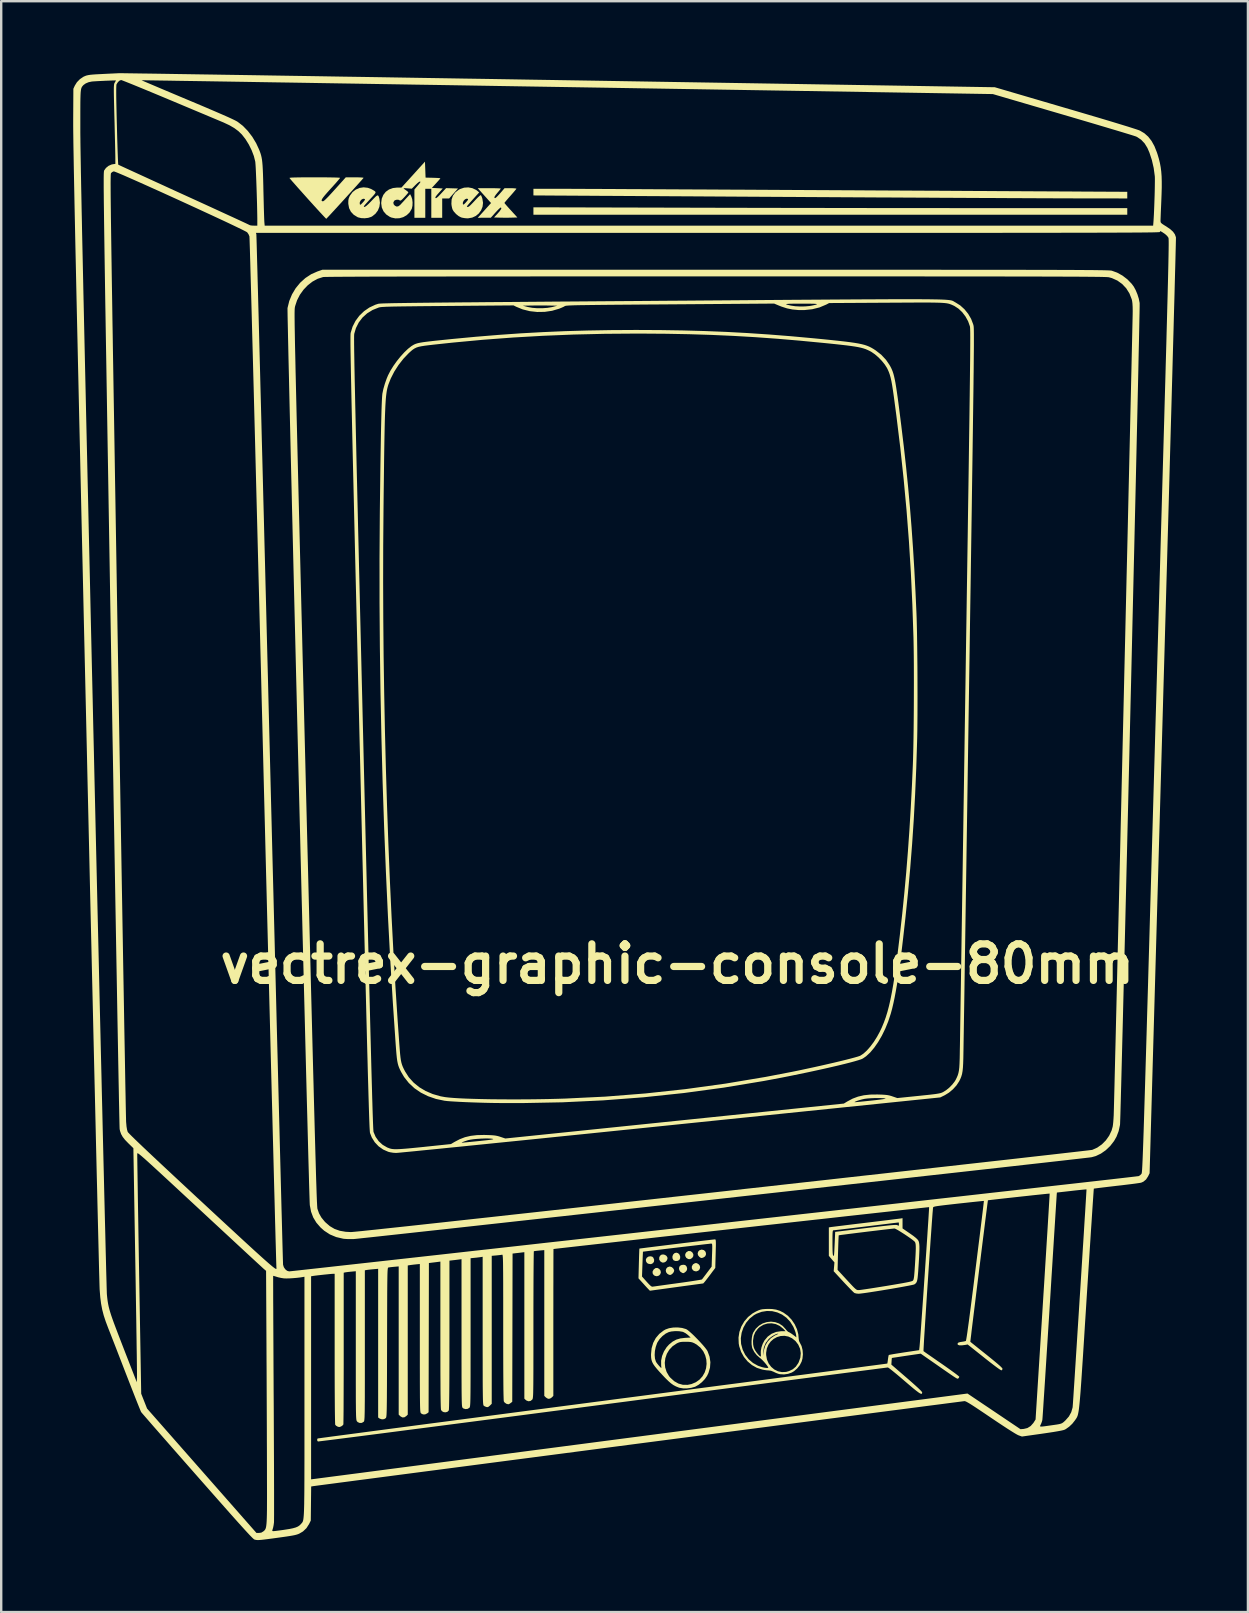
<source format=kicad_pcb>
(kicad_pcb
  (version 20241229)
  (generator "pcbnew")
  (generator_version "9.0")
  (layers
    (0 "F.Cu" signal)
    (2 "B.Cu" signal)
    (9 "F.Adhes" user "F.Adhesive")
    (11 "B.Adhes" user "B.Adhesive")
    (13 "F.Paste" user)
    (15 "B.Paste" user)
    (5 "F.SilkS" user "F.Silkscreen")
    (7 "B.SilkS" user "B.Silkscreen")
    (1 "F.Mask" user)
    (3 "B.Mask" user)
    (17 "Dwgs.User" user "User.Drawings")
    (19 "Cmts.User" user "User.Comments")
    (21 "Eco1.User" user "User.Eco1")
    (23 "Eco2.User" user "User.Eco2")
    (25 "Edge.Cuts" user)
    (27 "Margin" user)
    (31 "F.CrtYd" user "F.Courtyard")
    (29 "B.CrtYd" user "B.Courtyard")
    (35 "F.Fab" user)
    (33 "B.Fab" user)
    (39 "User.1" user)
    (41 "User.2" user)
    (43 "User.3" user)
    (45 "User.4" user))
  (footprint "vectrex-graphic-console-80mm"
    (layer "F.Cu")
    (at 25.168 37.114)
    (property "Reference" "vectrex-graphic-console-80mm" (at 0 0 0) (layer "F.SilkS") (effects (font (size 1.524 1.524) (thickness 0.3))))
    (attr board_only exclude_from_pos_files exclude_from_bom)
    (fp_poly (pts (xy -1.042 12.199) (xy -0.996 12.24) (xy -0.96 12.325) (xy -0.966 12.405) (xy -1.008 12.47) (xy -1.081 12.507) (xy -1.122 12.511) (xy -1.21 12.493) (xy -1.259 12.461) (xy -1.302 12.389) (xy -1.304 12.313) (xy -1.268 12.246) (xy -1.202 12.199) (xy -1.122 12.184)) (stroke (width 0) (type solid)) (fill yes) (layer "F.SilkS"))
    (fp_poly (pts (xy -0.506 12.127) (xy -0.443 12.172) (xy -0.406 12.238) (xy -0.403 12.269) (xy -0.424 12.346) (xy -0.478 12.409) (xy -0.55 12.445) (xy -0.625 12.444) (xy -0.629 12.443) (xy -0.709 12.391) (xy -0.75 12.316) (xy -0.747 12.229) (xy -0.716 12.164) (xy -0.657 12.118) (xy -0.583 12.107)) (stroke (width 0) (type solid)) (fill yes) (layer "F.SilkS"))
    (fp_poly (pts (xy 0.037 12.055) (xy 0.092 12.11) (xy 0.123 12.185) (xy 0.124 12.265) (xy 0.089 12.334) (xy 0.08 12.344) (xy 0.011 12.378) (xy -0.071 12.381) (xy -0.143 12.355) (xy -0.16 12.339) (xy -0.197 12.266) (xy -0.198 12.185) (xy -0.168 12.11) (xy -0.112 12.054) (xy -0.038 12.033)) (stroke (width 0) (type solid)) (fill yes) (layer "F.SilkS"))
    (fp_poly (pts (xy 0.817 12.47) (xy 0.89 12.513) (xy 0.943 12.58) (xy 0.955 12.657) (xy 0.931 12.73) (xy 0.877 12.786) (xy 0.796 12.813) (xy 0.78 12.813) (xy 0.706 12.796) (xy 0.655 12.763) (xy 0.61 12.688) (xy 0.61 12.605) (xy 0.652 12.53) (xy 0.67 12.513) (xy 0.747 12.469)) (stroke (width 0) (type solid)) (fill yes) (layer "F.SilkS"))
    (fp_poly (pts (xy -0.746 12.714) (xy -0.746 12.714) (xy -0.694 12.782) (xy -0.681 12.858) (xy -0.705 12.931) (xy -0.76 12.988) (xy -0.84 13.014) (xy -0.856 13.015) (xy -0.93 12.998) (xy -0.982 12.964) (xy -1.025 12.89) (xy -1.023 12.808) (xy -0.974 12.728) (xy -0.97 12.724) (xy -0.898 12.673) (xy -0.826 12.67)) (stroke (width 0) (type solid)) (fill yes) (layer "F.SilkS"))
    (fp_poly (pts (xy 0.548 11.966) (xy 0.624 12.014) (xy 0.625 12.016) (xy 0.672 12.096) (xy 0.671 12.178) (xy 0.623 12.254) (xy 0.621 12.255) (xy 0.542 12.302) (xy 0.459 12.301) (xy 0.383 12.253) (xy 0.382 12.252) (xy 0.335 12.172) (xy 0.336 12.089) (xy 0.384 12.013) (xy 0.386 12.012) (xy 0.465 11.965)) (stroke (width 0) (type solid)) (fill yes) (layer "F.SilkS"))
    (fp_poly (pts (xy 1.11 11.927) (xy 1.168 11.977) (xy 1.198 12.046) (xy 1.197 12.121) (xy 1.162 12.188) (xy 1.092 12.235) (xy 1.031 12.255) (xy 0.988 12.252) (xy 0.939 12.221) (xy 0.922 12.207) (xy 0.867 12.138) (xy 0.853 12.061) (xy 0.876 11.988) (xy 0.931 11.932) (xy 1.014 11.907) (xy 1.026 11.907)) (stroke (width 0) (type solid)) (fill yes) (layer "F.SilkS"))
    (fp_poly (pts (xy -0.232 12.633) (xy -0.167 12.686) (xy -0.13 12.756) (xy -0.126 12.785) (xy -0.146 12.846) (xy -0.194 12.907) (xy -0.254 12.952) (xy -0.298 12.964) (xy -0.35 12.949) (xy -0.411 12.913) (xy -0.412 12.912) (xy -0.464 12.845) (xy -0.476 12.768) (xy -0.453 12.695) (xy -0.399 12.638) (xy -0.319 12.612) (xy -0.306 12.612)) (stroke (width 0) (type solid)) (fill yes) (layer "F.SilkS"))
    (fp_poly (pts (xy 0.331 12.549) (xy 0.342 12.556) (xy 0.397 12.62) (xy 0.415 12.703) (xy 0.403 12.762) (xy 0.371 12.809) (xy 0.321 12.854) (xy 0.272 12.883) (xy 0.244 12.887) (xy 0.22 12.878) (xy 0.201 12.871) (xy 0.128 12.823) (xy 0.085 12.752) (xy 0.075 12.672) (xy 0.102 12.599) (xy 0.122 12.578) (xy 0.183 12.547) (xy 0.262 12.537)) (stroke (width 0) (type solid)) (fill yes) (layer "F.SilkS"))
    (fp_poly (pts (xy 0.659 -31.509) (xy 1.324 -31.507) (xy 2.023 -31.506) (xy 2.752 -31.504) (xy 3.504 -31.503) (xy 4.275 -31.501) (xy 5.06 -31.5) (xy 5.852 -31.499) (xy 6.646 -31.497) (xy 7.438 -31.496) (xy 8.222 -31.495) (xy 8.993 -31.495) (xy 9.745 -31.494) (xy 10.473 -31.493) (xy 11.172 -31.493) (xy 11.837 -31.492) (xy 12.461 -31.492) (xy 13.031 -31.492) (xy 18.754 -31.492) (xy 18.754 -31.215) (xy -5.991 -31.215) (xy -5.991 -31.526)) (stroke (width 0) (type solid)) (fill yes) (layer "F.SilkS"))
    (fp_poly (pts (xy -8.535 -32.323) (xy -8.38 -32.25) (xy -8.311 -32.198) (xy -8.251 -32.146) (xy -8.424 -31.955) (xy -8.545 -31.821) (xy -8.635 -31.72) (xy -8.699 -31.646) (xy -8.739 -31.597) (xy -8.76 -31.566) (xy -8.763 -31.55) (xy -8.754 -31.543) (xy -8.735 -31.542) (xy -8.712 -31.544) (xy -8.688 -31.553) (xy -8.657 -31.575) (xy -8.614 -31.614) (xy -8.554 -31.675) (xy -8.469 -31.765) (xy -8.376 -31.865) (xy -8.302 -31.941) (xy -8.239 -31.998) (xy -8.195 -32.03) (xy -8.181 -32.033) (xy -8.161 -32.002) (xy -8.136 -31.938) (xy -8.117 -31.88) (xy -8.091 -31.711) (xy -8.111 -31.548) (xy -8.172 -31.399) (xy -8.267 -31.269) (xy -8.391 -31.166) (xy -8.541 -31.097) (xy -8.71 -31.067) (xy -8.748 -31.066) (xy -8.852 -31.074) (xy -8.955 -31.092) (xy -9.004 -31.105) (xy -9.108 -31.16) (xy -9.214 -31.245) (xy -9.306 -31.346) (xy -9.354 -31.421) (xy -9.379 -31.491) (xy -9.399 -31.588) (xy -9.409 -31.669) (xy -8.932 -31.669) (xy -8.928 -31.656) (xy -8.913 -31.639) (xy -8.887 -31.649) (xy -8.842 -31.691) (xy -8.801 -31.735) (xy -8.741 -31.805) (xy -8.715 -31.848) (xy -8.718 -31.872) (xy -8.725 -31.877) (xy -8.783 -31.885) (xy -8.843 -31.856) (xy -8.895 -31.803) (xy -8.928 -31.736) (xy -8.932 -31.669) (xy -9.409 -31.669) (xy -9.409 -31.67) (xy -9.4 -31.85) (xy -9.345 -32.01) (xy -9.246 -32.146) (xy -9.104 -32.256) (xy -9.045 -32.288) (xy -8.879 -32.344) (xy -8.705 -32.355)) (stroke (width 0) (type solid)) (fill yes) (layer "F.SilkS"))
    (fp_poly (pts (xy -7.682 -32.322) (xy -7.552 -32.32) (xy -7.448 -32.316) (xy -7.378 -32.312) (xy -7.351 -32.307) (xy -7.351 -32.307) (xy -7.366 -32.282) (xy -7.408 -32.229) (xy -7.467 -32.158) (xy -7.492 -32.13) (xy -7.562 -32.043) (xy -7.606 -31.976) (xy -7.619 -31.935) (xy -7.618 -31.932) (xy -7.603 -31.91) (xy -7.578 -31.911) (xy -7.538 -31.94) (xy -7.478 -31.999) (xy -7.393 -32.092) (xy -7.366 -32.123) (xy -7.193 -32.323) (xy -6.942 -32.323) (xy -6.83 -32.32) (xy -6.749 -32.314) (xy -6.705 -32.305) (xy -6.7 -32.299) (xy -6.719 -32.272) (xy -6.766 -32.216) (xy -6.833 -32.136) (xy -6.916 -32.041) (xy -6.954 -31.998) (xy -7.041 -31.9) (xy -7.114 -31.815) (xy -7.168 -31.751) (xy -7.196 -31.714) (xy -7.2 -31.708) (xy -7.183 -31.686) (xy -7.139 -31.633) (xy -7.072 -31.556) (xy -6.988 -31.462) (xy -6.929 -31.398) (xy -6.659 -31.102) (xy -6.904 -31.095) (xy -7.05 -31.092) (xy -7.213 -31.092) (xy -7.364 -31.094) (xy -7.391 -31.095) (xy -7.633 -31.102) (xy -7.479 -31.269) (xy -7.392 -31.371) (xy -7.34 -31.448) (xy -7.326 -31.496) (xy -7.348 -31.516) (xy -7.357 -31.516) (xy -7.385 -31.497) (xy -7.439 -31.448) (xy -7.509 -31.377) (xy -7.577 -31.303) (xy -7.766 -31.092) (xy -8.038 -31.091) (xy -8.311 -31.089) (xy -8.034 -31.396) (xy -7.757 -31.704) (xy -7.875 -31.836) (xy -7.948 -31.918) (xy -8.039 -32.019) (xy -8.13 -32.12) (xy -8.152 -32.145) (xy -8.312 -32.323) (xy -7.832 -32.323)) (stroke (width 0) (type solid)) (fill yes) (layer "F.SilkS"))
    (fp_poly (pts (xy -12.895 -32.339) (xy -12.753 -32.288) (xy -12.675 -32.245) (xy -12.612 -32.206) (xy -12.586 -32.184) (xy -12.573 -32.165) (xy -12.57 -32.144) (xy -12.581 -32.115) (xy -12.61 -32.073) (xy -12.661 -32.012) (xy -12.739 -31.927) (xy -12.846 -31.811) (xy -12.86 -31.796) (xy -12.953 -31.694) (xy -13.015 -31.623) (xy -13.049 -31.578) (xy -13.059 -31.553) (xy -13.048 -31.543) (xy -13.036 -31.542) (xy -12.998 -31.554) (xy -12.943 -31.593) (xy -12.865 -31.663) (xy -12.762 -31.768) (xy -12.732 -31.8) (xy -12.63 -31.906) (xy -12.557 -31.978) (xy -12.506 -32.016) (xy -12.471 -32.021) (xy -12.446 -31.997) (xy -12.425 -31.943) (xy -12.408 -31.882) (xy -12.386 -31.714) (xy -12.41 -31.546) (xy -12.474 -31.39) (xy -12.576 -31.255) (xy -12.71 -31.149) (xy -12.753 -31.126) (xy -12.876 -31.086) (xy -13.022 -31.069) (xy -13.168 -31.076) (xy -13.295 -31.106) (xy -13.317 -31.115) (xy -13.477 -31.213) (xy -13.596 -31.339) (xy -13.672 -31.49) (xy -13.704 -31.668) (xy -13.705 -31.706) (xy -13.705 -31.732) (xy -13.227 -31.732) (xy -13.227 -31.662) (xy -13.226 -31.66) (xy -13.214 -31.635) (xy -13.196 -31.634) (xy -13.162 -31.661) (xy -13.105 -31.722) (xy -13.098 -31.73) (xy -13.039 -31.798) (xy -13.012 -31.841) (xy -13.013 -31.865) (xy -13.024 -31.874) (xy -13.084 -31.883) (xy -13.145 -31.854) (xy -13.196 -31.8) (xy -13.227 -31.732) (xy -13.705 -31.732) (xy -13.703 -31.813) (xy -13.688 -31.893) (xy -13.657 -31.97) (xy -13.634 -32.014) (xy -13.527 -32.159) (xy -13.392 -32.265) (xy -13.236 -32.333) (xy -13.068 -32.358)) (stroke (width 0) (type solid)) (fill yes) (layer "F.SilkS"))
    (fp_poly (pts (xy -13.299 -32.774) (xy -13.188 -32.77) (xy -13.11 -32.764) (xy -13.072 -32.756) (xy -13.069 -32.753) (xy -13.087 -32.73) (xy -13.135 -32.675) (xy -13.209 -32.592) (xy -13.304 -32.486) (xy -13.417 -32.361) (xy -13.543 -32.221) (xy -13.678 -32.073) (xy -13.818 -31.919) (xy -13.959 -31.764) (xy -14.096 -31.614) (xy -14.226 -31.472) (xy -14.345 -31.343) (xy -14.447 -31.232) (xy -14.53 -31.143) (xy -14.589 -31.081) (xy -14.62 -31.049) (xy -14.623 -31.047) (xy -14.643 -31.064) (xy -14.692 -31.115) (xy -14.768 -31.196) (xy -14.868 -31.303) (xy -14.987 -31.433) (xy -15.123 -31.582) (xy -15.271 -31.746) (xy -15.393 -31.881) (xy -15.549 -32.056) (xy -15.695 -32.219) (xy -15.827 -32.367) (xy -15.941 -32.497) (xy -16.035 -32.603) (xy -16.104 -32.684) (xy -16.145 -32.733) (xy -16.156 -32.748) (xy -16.142 -32.755) (xy -16.092 -32.762) (xy -16.005 -32.767) (xy -15.878 -32.77) (xy -15.708 -32.773) (xy -15.494 -32.775) (xy -15.232 -32.776) (xy -15.106 -32.776) (xy -14.857 -32.775) (xy -14.633 -32.774) (xy -14.44 -32.771) (xy -14.281 -32.768) (xy -14.16 -32.764) (xy -14.081 -32.759) (xy -14.048 -32.754) (xy -14.047 -32.753) (xy -14.063 -32.728) (xy -14.109 -32.672) (xy -14.179 -32.59) (xy -14.269 -32.488) (xy -14.374 -32.371) (xy -14.439 -32.3) (xy -14.576 -32.148) (xy -14.68 -32.028) (xy -14.753 -31.937) (xy -14.798 -31.87) (xy -14.817 -31.824) (xy -14.813 -31.795) (xy -14.787 -31.78) (xy -14.764 -31.775) (xy -14.737 -31.785) (xy -14.692 -31.819) (xy -14.626 -31.882) (xy -14.535 -31.974) (xy -14.418 -32.1) (xy -14.271 -32.262) (xy -14.261 -32.273) (xy -13.809 -32.776) (xy -13.435 -32.776)) (stroke (width 0) (type solid)) (fill yes) (layer "F.SilkS"))
    (fp_poly (pts (xy -4.965 -32.297) (xy -4.871 -32.297) (xy -4.728 -32.297) (xy -4.538 -32.296) (xy -4.303 -32.295) (xy -4.025 -32.294) (xy -3.706 -32.292) (xy -3.347 -32.291) (xy -2.95 -32.289) (xy -2.518 -32.287) (xy -2.051 -32.284) (xy -1.552 -32.282) (xy -1.022 -32.279) (xy -0.463 -32.276) (xy 0.123 -32.273) (xy 0.734 -32.27) (xy 1.368 -32.267) (xy 2.024 -32.263) (xy 2.7 -32.26) (xy 3.394 -32.256) (xy 4.104 -32.252) (xy 4.828 -32.248) (xy 5.565 -32.244) (xy 6.313 -32.24) (xy 7.071 -32.236) (xy 7.3 -32.235) (xy 8.051 -32.23) (xy 8.789 -32.226) (xy 9.513 -32.222) (xy 10.222 -32.218) (xy 10.913 -32.215) (xy 11.586 -32.211) (xy 12.238 -32.207) (xy 12.869 -32.204) (xy 13.475 -32.2) (xy 14.056 -32.197) (xy 14.611 -32.194) (xy 15.137 -32.191) (xy 15.632 -32.189) (xy 16.096 -32.186) (xy 16.527 -32.184) (xy 16.923 -32.181) (xy 17.282 -32.179) (xy 17.603 -32.178) (xy 17.884 -32.176) (xy 18.124 -32.175) (xy 18.321 -32.174) (xy 18.473 -32.173) (xy 18.579 -32.172) (xy 18.637 -32.172) (xy 18.647 -32.172) (xy 18.754 -32.172) (xy 18.754 -31.895) (xy 16.533 -31.898) (xy 16.344 -31.899) (xy 16.108 -31.899) (xy 15.825 -31.9) (xy 15.499 -31.902) (xy 15.132 -31.903) (xy 14.725 -31.905) (xy 14.282 -31.907) (xy 13.805 -31.909) (xy 13.295 -31.912) (xy 12.754 -31.914) (xy 12.187 -31.917) (xy 11.593 -31.92) (xy 10.977 -31.923) (xy 10.339 -31.927) (xy 9.683 -31.93) (xy 9.01 -31.934) (xy 8.323 -31.937) (xy 7.623 -31.941) (xy 6.915 -31.945) (xy 6.198 -31.949) (xy 5.477 -31.953) (xy 4.752 -31.958) (xy 4.468 -31.959) (xy 3.764 -31.963) (xy 3.071 -31.967) (xy 2.392 -31.971) (xy 1.727 -31.975) (xy 1.08 -31.979) (xy 0.45 -31.983) (xy -0.159 -31.986) (xy -0.745 -31.99) (xy -1.308 -31.993) (xy -1.845 -31.996) (xy -2.355 -31.999) (xy -2.836 -32.002) (xy -3.285 -32.004) (xy -3.702 -32.007) (xy -4.084 -32.009) (xy -4.43 -32.011) (xy -4.738 -32.013) (xy -5.006 -32.014) (xy -5.232 -32.016) (xy -5.415 -32.017) (xy -5.552 -32.018) (xy -5.643 -32.018) (xy -5.683 -32.018) (xy -5.991 -32.021) (xy -5.991 -32.298)) (stroke (width 0) (type solid)) (fill yes) (layer "F.SilkS"))
    (fp_poly (pts (xy -10.497 -33.096) (xy -10.485 -32.763) (xy -10.176 -32.756) (xy -10.058 -32.752) (xy -9.961 -32.747) (xy -9.895 -32.741) (xy -9.868 -32.735) (xy -9.868 -32.735) (xy -9.884 -32.712) (xy -9.927 -32.66) (xy -9.991 -32.589) (xy -10.046 -32.528) (xy -10.224 -32.335) (xy -9.996 -32.323) (xy -9.769 -32.31) (xy -9.935 -32.126) (xy -10.013 -32.037) (xy -10.059 -31.976) (xy -10.078 -31.937) (xy -10.072 -31.914) (xy -10.071 -31.912) (xy -10.05 -31.907) (xy -10.015 -31.926) (xy -9.961 -31.972) (xy -9.883 -32.052) (xy -9.834 -32.104) (xy -9.629 -32.325) (xy -9.133 -32.31) (xy -9.502 -31.895) (xy -9.792 -31.895) (xy -9.792 -31.089) (xy -10.246 -31.089) (xy -10.246 -32.298) (xy -10.497 -32.298) (xy -10.497 -31.089) (xy -10.95 -31.089) (xy -10.95 -32.268) (xy -10.825 -32.415) (xy -10.765 -32.487) (xy -10.72 -32.545) (xy -10.7 -32.578) (xy -10.699 -32.581) (xy -10.714 -32.602) (xy -10.757 -32.585) (xy -10.826 -32.531) (xy -10.911 -32.45) (xy -11.059 -32.301) (xy -11.231 -32.316) (xy -11.317 -32.321) (xy -11.378 -32.322) (xy -11.404 -32.317) (xy -11.404 -32.317) (xy -11.384 -32.297) (xy -11.336 -32.26) (xy -11.303 -32.238) (xy -11.244 -32.194) (xy -11.208 -32.16) (xy -11.202 -32.149) (xy -11.218 -32.122) (xy -11.262 -32.068) (xy -11.325 -31.997) (xy -11.364 -31.954) (xy -11.442 -31.872) (xy -11.496 -31.824) (xy -11.531 -31.805) (xy -11.554 -31.81) (xy -11.557 -31.813) (xy -11.616 -31.84) (xy -11.693 -31.841) (xy -11.763 -31.819) (xy -11.79 -31.798) (xy -11.828 -31.727) (xy -11.816 -31.654) (xy -11.765 -31.594) (xy -11.696 -31.558) (xy -11.628 -31.564) (xy -11.554 -31.615) (xy -11.519 -31.651) (xy -11.468 -31.707) (xy -11.395 -31.785) (xy -11.315 -31.873) (xy -11.287 -31.903) (xy -11.129 -32.074) (xy -11.078 -31.973) (xy -11.042 -31.864) (xy -11.026 -31.731) (xy -11.031 -31.594) (xy -11.057 -31.474) (xy -11.064 -31.458) (xy -11.15 -31.313) (xy -11.27 -31.198) (xy -11.415 -31.115) (xy -11.576 -31.07) (xy -11.744 -31.064) (xy -11.911 -31.1) (xy -11.977 -31.129) (xy -12.128 -31.23) (xy -12.239 -31.361) (xy -12.309 -31.518) (xy -12.334 -31.698) (xy -12.334 -31.706) (xy -12.311 -31.885) (xy -12.246 -32.042) (xy -12.144 -32.171) (xy -12.009 -32.268) (xy -11.845 -32.328) (xy -11.668 -32.348) (xy -11.489 -32.348) (xy -10.999 -32.888) (xy -10.51 -33.429)) (stroke (width 0) (type solid)) (fill yes) (layer "F.SilkS"))
    (fp_poly (pts (xy 1.589 11.482) (xy 1.599 11.494) (xy 1.606 11.522) (xy 1.61 11.57) (xy 1.612 11.646) (xy 1.611 11.756) (xy 1.607 11.904) (xy 1.603 12.074) (xy 1.587 12.668) (xy 1.344 12.993) (xy 1.261 13.102) (xy 1.188 13.196) (xy 1.13 13.267) (xy 1.092 13.309) (xy 1.082 13.317) (xy 1.054 13.32) (xy 0.98 13.33) (xy 0.868 13.345) (xy 0.721 13.365) (xy 0.544 13.389) (xy 0.344 13.416) (xy 0.125 13.446) (xy -0.034 13.468) (xy -0.262 13.499) (xy -0.475 13.529) (xy -0.667 13.555) (xy -0.833 13.578) (xy -0.968 13.596) (xy -1.067 13.61) (xy -1.124 13.617) (xy -1.137 13.619) (xy -1.156 13.601) (xy -1.202 13.553) (xy -1.27 13.481) (xy -1.352 13.391) (xy -1.379 13.361) (xy -1.613 13.103) (xy -1.611 13.027) (xy -1.466 13.027) (xy -1.273 13.244) (xy -1.183 13.342) (xy -1.117 13.406) (xy -1.07 13.441) (xy -1.035 13.451) (xy -1.025 13.451) (xy -0.988 13.445) (xy -0.907 13.434) (xy -0.788 13.417) (xy -0.636 13.396) (xy -0.457 13.371) (xy -0.256 13.343) (xy -0.04 13.314) (xy 0.022 13.305) (xy 0.24 13.275) (xy 0.442 13.246) (xy 0.623 13.219) (xy 0.778 13.195) (xy 0.901 13.175) (xy 0.986 13.16) (xy 1.028 13.15) (xy 1.032 13.148) (xy 1.053 13.121) (xy 1.098 13.063) (xy 1.16 12.98) (xy 1.234 12.882) (xy 1.242 12.871) (xy 1.435 12.615) (xy 1.451 12.135) (xy 1.457 11.969) (xy 1.46 11.846) (xy 1.46 11.76) (xy 1.457 11.705) (xy 1.451 11.673) (xy 1.44 11.659) (xy 1.425 11.655) (xy 1.42 11.655) (xy 1.39 11.657) (xy 1.316 11.666) (xy 1.203 11.678) (xy 1.056 11.695) (xy 0.882 11.716) (xy 0.686 11.739) (xy 0.473 11.764) (xy 0.249 11.79) (xy 0.018 11.818) (xy -0.213 11.845) (xy -0.439 11.872) (xy -0.654 11.898) (xy -0.854 11.922) (xy -1.032 11.944) (xy -1.184 11.962) (xy -1.303 11.977) (xy -1.385 11.987) (xy -1.424 11.993) (xy -1.426 11.993) (xy -1.428 12.018) (xy -1.431 12.085) (xy -1.436 12.188) (xy -1.441 12.318) (xy -1.446 12.469) (xy -1.448 12.511) (xy -1.466 13.027) (xy -1.611 13.027) (xy -1.597 12.486) (xy -1.592 12.315) (xy -1.588 12.163) (xy -1.583 12.034) (xy -1.58 11.937) (xy -1.577 11.879) (xy -1.576 11.864) (xy -1.551 11.86) (xy -1.481 11.851) (xy -1.371 11.837) (xy -1.227 11.818) (xy -1.054 11.797) (xy -0.856 11.772) (xy -0.639 11.745) (xy -0.409 11.717) (xy -0.169 11.687) (xy 0.074 11.658) (xy 0.315 11.628) (xy 0.55 11.6) (xy 0.773 11.573) (xy 0.978 11.548) (xy 1.162 11.526) (xy 1.318 11.508) (xy 1.442 11.493) (xy 1.528 11.484) (xy 1.571 11.479) (xy 1.575 11.479)) (stroke (width 0) (type solid)) (fill yes) (layer "F.SilkS"))
    (fp_poly (pts (xy 0.204 15.17) (xy 0.365 15.216) (xy 0.372 15.219) (xy 0.432 15.255) (xy 0.516 15.324) (xy 0.619 15.416) (xy 0.733 15.526) (xy 0.852 15.647) (xy 0.968 15.77) (xy 1.075 15.888) (xy 1.165 15.996) (xy 1.232 16.085) (xy 1.265 16.139) (xy 1.349 16.368) (xy 1.383 16.597) (xy 1.367 16.824) (xy 1.302 17.047) (xy 1.244 17.168) (xy 1.153 17.3) (xy 1.031 17.428) (xy 0.894 17.537) (xy 0.757 17.615) (xy 0.737 17.623) (xy 0.583 17.666) (xy 0.413 17.688) (xy 0.246 17.688) (xy 0.099 17.664) (xy 0.063 17.653) (xy -0.053 17.606) (xy -0.158 17.55) (xy -0.261 17.477) (xy -0.372 17.38) (xy -0.5 17.254) (xy -0.575 17.174) (xy -0.725 17.013) (xy -0.843 16.88) (xy -0.932 16.77) (xy -0.998 16.675) (xy -1.042 16.59) (xy -1.07 16.506) (xy -1.085 16.418) (xy -1.09 16.319) (xy -1.09 16.297) (xy -0.939 16.297) (xy -0.926 16.447) (xy -0.888 16.57) (xy -0.868 16.606) (xy -0.831 16.657) (xy -0.781 16.719) (xy -0.729 16.778) (xy -0.686 16.823) (xy -0.664 16.841) (xy -0.66 16.819) (xy -0.664 16.762) (xy -0.669 16.721) (xy -0.669 16.623) (xy -0.518 16.623) (xy -0.501 16.816) (xy -0.441 17.004) (xy -0.339 17.179) (xy -0.287 17.241) (xy -0.126 17.388) (xy 0.049 17.487) (xy 0.237 17.539) (xy 0.434 17.541) (xy 0.594 17.509) (xy 0.781 17.43) (xy 0.936 17.318) (xy 1.058 17.18) (xy 1.148 17.021) (xy 1.203 16.849) (xy 1.225 16.668) (xy 1.213 16.486) (xy 1.166 16.308) (xy 1.085 16.141) (xy 0.967 15.991) (xy 0.814 15.865) (xy 0.71 15.805) (xy 0.642 15.776) (xy 0.572 15.758) (xy 0.485 15.749) (xy 0.365 15.747) (xy 0.352 15.746) (xy 0.234 15.748) (xy 0.15 15.755) (xy 0.084 15.77) (xy 0.02 15.796) (xy -0.02 15.816) (xy -0.193 15.933) (xy -0.331 16.08) (xy -0.432 16.248) (xy -0.494 16.432) (xy -0.518 16.623) (xy -0.669 16.623) (xy -0.67 16.534) (xy -0.63 16.339) (xy -0.552 16.149) (xy -0.442 15.975) (xy -0.34 15.862) (xy -0.192 15.74) (xy -0.039 15.657) (xy 0.131 15.607) (xy 0.324 15.584) (xy 0.561 15.57) (xy 0.446 15.464) (xy 0.351 15.391) (xy 0.254 15.34) (xy 0.223 15.33) (xy 0.079 15.306) (xy -0.084 15.302) (xy -0.243 15.317) (xy -0.349 15.342) (xy -0.482 15.407) (xy -0.614 15.508) (xy -0.732 15.633) (xy -0.822 15.769) (xy -0.839 15.804) (xy -0.895 15.963) (xy -0.929 16.132) (xy -0.939 16.297) (xy -1.09 16.297) (xy -1.09 16.262) (xy -1.066 16.017) (xy -1 15.792) (xy -0.893 15.591) (xy -0.748 15.419) (xy -0.569 15.28) (xy -0.486 15.233) (xy -0.339 15.181) (xy -0.164 15.153) (xy 0.022 15.149)) (stroke (width 0) (type solid)) (fill yes) (layer "F.SilkS"))
    (fp_poly (pts (xy 3.946 14.38) (xy 4.121 14.406) (xy 4.282 14.458) (xy 4.427 14.531) (xy 4.608 14.66) (xy 4.765 14.824) (xy 4.895 15.015) (xy 4.991 15.222) (xy 5.047 15.435) (xy 5.06 15.59) (xy 5.076 15.713) (xy 5.111 15.784) (xy 5.182 15.922) (xy 5.224 16.088) (xy 5.238 16.268) (xy 5.22 16.446) (xy 5.184 16.575) (xy 5.109 16.72) (xy 4.999 16.858) (xy 4.869 16.972) (xy 4.775 17.028) (xy 4.621 17.083) (xy 4.451 17.107) (xy 4.287 17.098) (xy 4.227 17.085) (xy 4.132 17.051) (xy 4.039 17.008) (xy 4.018 16.997) (xy 3.912 16.955) (xy 3.819 16.941) (xy 3.737 16.936) (xy 3.631 16.921) (xy 3.546 16.905) (xy 3.32 16.833) (xy 3.114 16.717) (xy 2.933 16.565) (xy 2.781 16.38) (xy 2.664 16.169) (xy 2.586 15.938) (xy 2.564 15.82) (xy 2.556 15.599) (xy 2.651 15.599) (xy 2.662 15.826) (xy 2.664 15.84) (xy 2.729 16.078) (xy 2.835 16.291) (xy 2.98 16.477) (xy 3.158 16.629) (xy 3.366 16.745) (xy 3.531 16.802) (xy 3.633 16.826) (xy 3.718 16.837) (xy 3.776 16.837) (xy 3.798 16.824) (xy 3.797 16.82) (xy 3.76 16.757) (xy 3.697 16.674) (xy 3.619 16.583) (xy 3.537 16.498) (xy 3.463 16.431) (xy 3.439 16.413) (xy 3.314 16.304) (xy 3.209 16.17) (xy 3.135 16.026) (xy 3.119 15.977) (xy 3.101 15.86) (xy 3.099 15.733) (xy 3.16 15.733) (xy 3.166 15.863) (xy 3.186 15.966) (xy 3.218 16.048) (xy 3.259 16.122) (xy 3.314 16.202) (xy 3.375 16.276) (xy 3.43 16.333) (xy 3.472 16.362) (xy 3.479 16.363) (xy 3.487 16.341) (xy 3.487 16.325) (xy 3.577 16.325) (xy 3.595 16.209) (xy 3.706 16.209) (xy 3.707 16.3) (xy 3.74 16.488) (xy 3.812 16.654) (xy 3.917 16.793) (xy 4.047 16.902) (xy 4.198 16.975) (xy 4.364 17.01) (xy 4.537 17.002) (xy 4.662 16.967) (xy 4.82 16.89) (xy 4.943 16.783) (xy 5.043 16.638) (xy 5.064 16.597) (xy 5.131 16.409) (xy 5.149 16.22) (xy 5.12 16.037) (xy 5.044 15.865) (xy 4.929 15.716) (xy 4.785 15.6) (xy 4.63 15.528) (xy 4.47 15.498) (xy 4.31 15.507) (xy 4.157 15.551) (xy 4.017 15.629) (xy 3.896 15.736) (xy 3.8 15.87) (xy 3.734 16.029) (xy 3.706 16.209) (xy 3.595 16.209) (xy 3.601 16.169) (xy 3.623 16.062) (xy 3.654 15.955) (xy 3.674 15.899) (xy 3.769 15.739) (xy 3.903 15.598) (xy 4.066 15.486) (xy 4.166 15.44) (xy 4.207 15.42) (xy 4.208 15.409) (xy 4.204 15.408) (xy 4.139 15.422) (xy 4.052 15.461) (xy 3.955 15.518) (xy 3.865 15.585) (xy 3.809 15.636) (xy 3.688 15.795) (xy 3.614 15.974) (xy 3.585 16.16) (xy 3.577 16.325) (xy 3.487 16.325) (xy 3.487 16.285) (xy 3.483 16.254) (xy 3.484 16.127) (xy 3.512 15.979) (xy 3.564 15.829) (xy 3.635 15.695) (xy 3.639 15.689) (xy 3.772 15.531) (xy 3.934 15.413) (xy 4.121 15.337) (xy 4.328 15.306) (xy 4.365 15.305) (xy 4.516 15.305) (xy 4.417 15.202) (xy 4.272 15.085) (xy 4.109 15.01) (xy 3.936 14.977) (xy 3.761 14.986) (xy 3.593 15.037) (xy 3.439 15.13) (xy 3.368 15.195) (xy 3.256 15.341) (xy 3.189 15.502) (xy 3.161 15.687) (xy 3.16 15.733) (xy 3.099 15.733) (xy 3.099 15.721) (xy 3.111 15.578) (xy 3.136 15.449) (xy 3.169 15.361) (xy 3.277 15.199) (xy 3.412 15.072) (xy 3.567 14.98) (xy 3.735 14.926) (xy 3.909 14.908) (xy 4.081 14.928) (xy 4.246 14.986) (xy 4.394 15.084) (xy 4.52 15.221) (xy 4.526 15.229) (xy 4.577 15.291) (xy 4.627 15.333) (xy 4.644 15.341) (xy 4.69 15.363) (xy 4.759 15.407) (xy 4.831 15.458) (xy 4.967 15.562) (xy 4.951 15.44) (xy 4.932 15.36) (xy 4.895 15.255) (xy 4.849 15.144) (xy 4.834 15.113) (xy 4.708 14.911) (xy 4.552 14.744) (xy 4.371 14.614) (xy 4.172 14.523) (xy 3.959 14.471) (xy 3.74 14.463) (xy 3.519 14.498) (xy 3.304 14.578) (xy 3.197 14.638) (xy 3.02 14.779) (xy 2.873 14.954) (xy 2.76 15.154) (xy 2.685 15.372) (xy 2.651 15.599) (xy 2.556 15.599) (xy 2.555 15.574) (xy 2.592 15.335) (xy 2.673 15.108) (xy 2.794 14.9) (xy 2.951 14.716) (xy 3.142 14.564) (xy 3.289 14.481) (xy 3.387 14.437) (xy 3.466 14.409) (xy 3.545 14.392) (xy 3.642 14.383) (xy 3.741 14.378)) (stroke (width 0) (type solid)) (fill yes) (layer "F.SilkS"))
    (fp_poly (pts (xy 9.39 11.023) (xy 9.695 11.232) (xy 9.844 11.337) (xy 9.95 11.422) (xy 10.019 11.489) (xy 10.048 11.529) (xy 10.066 11.57) (xy 10.079 11.622) (xy 10.088 11.689) (xy 10.093 11.777) (xy 10.093 11.891) (xy 10.088 12.037) (xy 10.08 12.218) (xy 10.067 12.441) (xy 10.056 12.611) (xy 10.043 12.811) (xy 10.03 12.968) (xy 10.018 13.087) (xy 10.003 13.175) (xy 9.985 13.238) (xy 9.962 13.284) (xy 9.933 13.318) (xy 9.897 13.346) (xy 9.885 13.354) (xy 9.849 13.366) (xy 9.768 13.384) (xy 9.651 13.408) (xy 9.502 13.436) (xy 9.329 13.468) (xy 9.136 13.502) (xy 8.931 13.538) (xy 8.72 13.573) (xy 8.509 13.608) (xy 8.303 13.641) (xy 8.11 13.671) (xy 7.936 13.698) (xy 7.786 13.719) (xy 7.667 13.734) (xy 7.585 13.743) (xy 7.557 13.744) (xy 7.473 13.737) (xy 7.402 13.72) (xy 7.384 13.712) (xy 7.352 13.686) (xy 7.291 13.627) (xy 7.208 13.543) (xy 7.107 13.438) (xy 6.994 13.319) (xy 6.925 13.245) (xy 6.521 12.807) (xy 6.526 12.75) (xy 6.683 12.75) (xy 7.072 13.172) (xy 7.197 13.307) (xy 7.293 13.41) (xy 7.366 13.485) (xy 7.421 13.536) (xy 7.462 13.568) (xy 7.495 13.585) (xy 7.526 13.592) (xy 7.56 13.593) (xy 7.563 13.593) (xy 7.609 13.589) (xy 7.7 13.577) (xy 7.828 13.559) (xy 7.989 13.535) (xy 8.176 13.506) (xy 8.384 13.473) (xy 8.607 13.437) (xy 8.72 13.419) (xy 8.988 13.374) (xy 9.211 13.336) (xy 9.391 13.305) (xy 9.534 13.278) (xy 9.644 13.256) (xy 9.724 13.237) (xy 9.778 13.221) (xy 9.81 13.206) (xy 9.822 13.198) (xy 9.837 13.177) (xy 9.85 13.144) (xy 9.861 13.093) (xy 9.872 13.018) (xy 9.882 12.912) (xy 9.893 12.768) (xy 9.905 12.581) (xy 9.906 12.573) (xy 9.921 12.328) (xy 9.932 12.129) (xy 9.939 11.969) (xy 9.942 11.845) (xy 9.94 11.75) (xy 9.935 11.681) (xy 9.925 11.631) (xy 9.911 11.596) (xy 9.904 11.584) (xy 9.867 11.548) (xy 9.797 11.492) (xy 9.702 11.423) (xy 9.591 11.346) (xy 9.473 11.267) (xy 9.354 11.191) (xy 9.245 11.123) (xy 9.153 11.069) (xy 9.086 11.036) (xy 9.057 11.026) (xy 9.019 11.029) (xy 8.939 11.038) (xy 8.822 11.051) (xy 8.675 11.068) (xy 8.504 11.088) (xy 8.314 11.111) (xy 8.112 11.135) (xy 7.904 11.16) (xy 7.695 11.186) (xy 7.492 11.211) (xy 7.301 11.235) (xy 7.128 11.256) (xy 6.979 11.276) (xy 6.859 11.291) (xy 6.776 11.303) (xy 6.734 11.309) (xy 6.731 11.31) (xy 6.728 11.337) (xy 6.724 11.407) (xy 6.719 11.515) (xy 6.714 11.654) (xy 6.709 11.817) (xy 6.703 11.999) (xy 6.702 12.035) (xy 6.683 12.75) (xy 6.526 12.75) (xy 6.552 12.439) (xy 6.435 12.303) (xy 6.319 12.166) (xy 6.319 11.613) (xy 6.47 11.613) (xy 6.471 11.803) (xy 6.474 11.947) (xy 6.479 12.05) (xy 6.487 12.117) (xy 6.498 12.151) (xy 6.501 12.155) (xy 6.513 12.166) (xy 6.522 12.167) (xy 6.529 12.154) (xy 6.536 12.12) (xy 6.541 12.061) (xy 6.547 11.971) (xy 6.553 11.844) (xy 6.561 11.674) (xy 6.565 11.581) (xy 6.583 11.167) (xy 7.854 11.011) (xy 8.143 10.976) (xy 8.385 10.947) (xy 8.586 10.924) (xy 8.749 10.906) (xy 8.879 10.892) (xy 8.98 10.883) (xy 9.055 10.879) (xy 9.109 10.878) (xy 9.146 10.88) (xy 9.17 10.886) (xy 9.182 10.891) (xy 9.222 10.912) (xy 9.236 10.899) (xy 9.239 10.85) (xy 9.236 10.797) (xy 9.229 10.774) (xy 9.229 10.774) (xy 9.202 10.777) (xy 9.131 10.786) (xy 9.019 10.799) (xy 8.87 10.817) (xy 8.691 10.839) (xy 8.484 10.865) (xy 8.255 10.893) (xy 8.009 10.923) (xy 7.885 10.938) (xy 7.631 10.969) (xy 7.39 10.998) (xy 7.17 11.025) (xy 6.973 11.048) (xy 6.804 11.068) (xy 6.67 11.084) (xy 6.573 11.095) (xy 6.519 11.101) (xy 6.511 11.101) (xy 6.497 11.106) (xy 6.486 11.124) (xy 6.479 11.161) (xy 6.474 11.225) (xy 6.471 11.32) (xy 6.47 11.454) (xy 6.47 11.613) (xy 6.319 11.613) (xy 6.319 10.98) (xy 6.413 10.965) (xy 6.455 10.96) (xy 6.543 10.949) (xy 6.67 10.933) (xy 6.833 10.913) (xy 7.026 10.889) (xy 7.244 10.862) (xy 7.482 10.833) (xy 7.735 10.803) (xy 7.867 10.787) (xy 8.125 10.756) (xy 8.371 10.726) (xy 8.598 10.698) (xy 8.803 10.673) (xy 8.979 10.651) (xy 9.123 10.633) (xy 9.23 10.62) (xy 9.293 10.612) (xy 9.308 10.61) (xy 9.39 10.596)) (stroke (width 0) (type solid)) (fill yes) (layer "F.SilkS"))
    (fp_poly (pts (xy -0.698 -26.41) (xy 0.241 -26.395) (xy 1.151 -26.37) (xy 2.045 -26.334) (xy 2.934 -26.286) (xy 3.829 -26.226) (xy 4.741 -26.154) (xy 5.68 -26.068) (xy 6.092 -26.028) (xy 6.436 -25.993) (xy 6.734 -25.961) (xy 6.991 -25.932) (xy 7.211 -25.904) (xy 7.398 -25.877) (xy 7.557 -25.85) (xy 7.693 -25.821) (xy 7.81 -25.791) (xy 7.911 -25.757) (xy 8.003 -25.719) (xy 8.088 -25.676) (xy 8.172 -25.627) (xy 8.259 -25.571) (xy 8.266 -25.567) (xy 8.503 -25.382) (xy 8.702 -25.169) (xy 8.84 -24.967) (xy 8.881 -24.897) (xy 8.917 -24.828) (xy 8.95 -24.755) (xy 8.981 -24.676) (xy 9.01 -24.587) (xy 9.037 -24.484) (xy 9.064 -24.363) (xy 9.092 -24.22) (xy 9.12 -24.053) (xy 9.15 -23.856) (xy 9.183 -23.628) (xy 9.219 -23.363) (xy 9.258 -23.058) (xy 9.302 -22.71) (xy 9.339 -22.417) (xy 9.443 -21.555) (xy 9.537 -20.709) (xy 9.622 -19.87) (xy 9.698 -19.03) (xy 9.766 -18.18) (xy 9.827 -17.313) (xy 9.882 -16.419) (xy 9.93 -15.492) (xy 9.97 -14.613) (xy 9.978 -14.391) (xy 9.985 -14.124) (xy 9.992 -13.82) (xy 9.997 -13.483) (xy 10.002 -13.121) (xy 10.006 -12.739) (xy 10.01 -12.344) (xy 10.012 -11.941) (xy 10.013 -11.538) (xy 10.014 -11.139) (xy 10.013 -10.751) (xy 10.012 -10.381) (xy 10.009 -10.034) (xy 10.006 -9.716) (xy 10.001 -9.435) (xy 9.996 -9.251) (xy 9.961 -8.144) (xy 9.915 -7.075) (xy 9.859 -6.032) (xy 9.79 -5.003) (xy 9.709 -3.978) (xy 9.615 -2.944) (xy 9.507 -1.89) (xy 9.477 -1.623) (xy 9.418 -1.101) (xy 9.362 -0.626) (xy 9.308 -0.196) (xy 9.256 0.195) (xy 9.206 0.547) (xy 9.157 0.866) (xy 9.107 1.153) (xy 9.058 1.412) (xy 9.008 1.647) (xy 8.958 1.86) (xy 8.905 2.055) (xy 8.899 2.077) (xy 8.794 2.397) (xy 8.669 2.704) (xy 8.528 2.992) (xy 8.374 3.256) (xy 8.211 3.491) (xy 8.043 3.691) (xy 7.871 3.85) (xy 7.737 3.943) (xy 7.669 3.974) (xy 7.554 4.012) (xy 7.398 4.058) (xy 7.204 4.111) (xy 6.975 4.169) (xy 6.717 4.232) (xy 6.431 4.299) (xy 6.124 4.369) (xy 5.797 4.441) (xy 5.456 4.515) (xy 5.103 4.588) (xy 4.743 4.662) (xy 4.38 4.734) (xy 4.017 4.803) (xy 3.658 4.87) (xy 3.587 4.883) (xy 1.941 5.156) (xy 0.28 5.381) (xy -1.395 5.558) (xy -3.083 5.687) (xy -4.782 5.768) (xy -6.492 5.801) (xy -7.502 5.798) (xy -7.76 5.794) (xy -8.027 5.788) (xy -8.296 5.78) (xy -8.561 5.771) (xy -8.815 5.761) (xy -9.052 5.75) (xy -9.264 5.738) (xy -9.446 5.727) (xy -9.591 5.715) (xy -9.692 5.703) (xy -9.695 5.703) (xy -10.051 5.628) (xy -10.381 5.514) (xy -10.681 5.365) (xy -10.95 5.181) (xy -11.183 4.963) (xy -11.38 4.714) (xy -11.502 4.506) (xy -11.55 4.41) (xy -11.589 4.323) (xy -11.62 4.236) (xy -11.645 4.144) (xy -11.666 4.037) (xy -11.683 3.91) (xy -11.699 3.753) (xy -11.715 3.56) (xy -11.73 3.361) (xy -11.848 1.622) (xy -11.956 -0.158) (xy -12.052 -1.973) (xy -12.137 -3.815) (xy -12.211 -5.677) (xy -12.274 -7.551) (xy -12.324 -9.431) (xy -12.363 -11.308) (xy -12.389 -13.176) (xy -12.403 -15.026) (xy -12.403 -15.916) (xy -12.253 -15.916) (xy -12.247 -14.385) (xy -12.233 -12.835) (xy -12.209 -11.272) (xy -12.178 -9.702) (xy -12.138 -8.132) (xy -12.09 -6.566) (xy -12.035 -5.011) (xy -11.972 -3.472) (xy -11.901 -1.955) (xy -11.823 -0.467) (xy -11.738 0.987) (xy -11.646 2.4) (xy -11.578 3.348) (xy -11.561 3.571) (xy -11.546 3.752) (xy -11.53 3.898) (xy -11.513 4.017) (xy -11.492 4.116) (xy -11.466 4.204) (xy -11.434 4.288) (xy -11.393 4.376) (xy -11.342 4.475) (xy -11.339 4.481) (xy -11.182 4.727) (xy -10.984 4.946) (xy -10.749 5.138) (xy -10.481 5.298) (xy -10.184 5.425) (xy -9.861 5.517) (xy -9.676 5.551) (xy -9.522 5.569) (xy -9.322 5.586) (xy -9.081 5.601) (xy -8.802 5.614) (xy -8.492 5.624) (xy -8.153 5.633) (xy -7.791 5.64) (xy -7.41 5.644) (xy -7.014 5.646) (xy -6.608 5.646) (xy -6.196 5.644) (xy -5.783 5.639) (xy -5.373 5.632) (xy -4.971 5.622) (xy -4.657 5.612) (xy -2.992 5.531) (xy -1.324 5.399) (xy 0.346 5.219) (xy 2.014 4.989) (xy 3.678 4.711) (xy 4.796 4.496) (xy 5.09 4.436) (xy 5.389 4.372) (xy 5.687 4.308) (xy 5.981 4.243) (xy 6.265 4.178) (xy 6.535 4.116) (xy 6.786 4.056) (xy 7.014 4) (xy 7.214 3.949) (xy 7.381 3.904) (xy 7.512 3.867) (xy 7.6 3.838) (xy 7.631 3.825) (xy 7.762 3.738) (xy 7.903 3.61) (xy 8.047 3.446) (xy 8.19 3.255) (xy 8.325 3.041) (xy 8.438 2.835) (xy 8.528 2.645) (xy 8.611 2.445) (xy 8.688 2.234) (xy 8.759 2.005) (xy 8.825 1.755) (xy 8.888 1.479) (xy 8.948 1.174) (xy 9.007 0.834) (xy 9.066 0.456) (xy 9.125 0.036) (xy 9.173 -0.34) (xy 9.28 -1.219) (xy 9.377 -2.085) (xy 9.464 -2.945) (xy 9.543 -3.807) (xy 9.613 -4.68) (xy 9.676 -5.572) (xy 9.732 -6.49) (xy 9.782 -7.444) (xy 9.819 -8.282) (xy 9.827 -8.503) (xy 9.834 -8.768) (xy 9.841 -9.071) (xy 9.847 -9.405) (xy 9.852 -9.766) (xy 9.856 -10.146) (xy 9.859 -10.54) (xy 9.861 -10.94) (xy 9.862 -11.342) (xy 9.863 -11.739) (xy 9.862 -12.125) (xy 9.861 -12.493) (xy 9.858 -12.838) (xy 9.854 -13.153) (xy 9.849 -13.432) (xy 9.845 -13.606) (xy 9.799 -14.974) (xy 9.737 -16.305) (xy 9.656 -17.612) (xy 9.556 -18.907) (xy 9.436 -20.201) (xy 9.296 -21.507) (xy 9.134 -22.835) (xy 9.024 -23.663) (xy 8.988 -23.911) (xy 8.956 -24.117) (xy 8.925 -24.287) (xy 8.893 -24.429) (xy 8.859 -24.55) (xy 8.821 -24.658) (xy 8.777 -24.759) (xy 8.74 -24.834) (xy 8.649 -24.976) (xy 8.527 -25.127) (xy 8.385 -25.274) (xy 8.236 -25.402) (xy 8.094 -25.5) (xy 8.081 -25.508) (xy 8.002 -25.549) (xy 7.924 -25.586) (xy 7.844 -25.619) (xy 7.756 -25.648) (xy 7.656 -25.675) (xy 7.539 -25.7) (xy 7.402 -25.724) (xy 7.238 -25.748) (xy 7.045 -25.773) (xy 6.817 -25.799) (xy 6.55 -25.828) (xy 6.24 -25.86) (xy 6.079 -25.876) (xy 5.107 -25.969) (xy 4.167 -26.049) (xy 3.247 -26.115) (xy 2.337 -26.168) (xy 1.425 -26.209) (xy 0.499 -26.238) (xy -0.45 -26.256) (xy -1.434 -26.263) (xy -1.687 -26.264) (xy -3.02 -26.254) (xy -4.317 -26.224) (xy -5.588 -26.172) (xy -6.843 -26.1) (xy -8.092 -26.006) (xy -9.345 -25.889) (xy -10.13 -25.805) (xy -10.347 -25.78) (xy -10.522 -25.758) (xy -10.661 -25.736) (xy -10.773 -25.712) (xy -10.863 -25.683) (xy -10.94 -25.646) (xy -11.011 -25.6) (xy -11.083 -25.542) (xy -11.164 -25.469) (xy -11.19 -25.445) (xy -11.408 -25.216) (xy -11.611 -24.956) (xy -11.79 -24.677) (xy -11.936 -24.391) (xy -12.029 -24.154) (xy -12.048 -24.095) (xy -12.065 -24.035) (xy -12.081 -23.971) (xy -12.096 -23.901) (xy -12.109 -23.823) (xy -12.121 -23.735) (xy -12.133 -23.634) (xy -12.143 -23.518) (xy -12.152 -23.384) (xy -12.161 -23.231) (xy -12.168 -23.055) (xy -12.176 -22.855) (xy -12.183 -22.628) (xy -12.189 -22.372) (xy -12.195 -22.085) (xy -12.201 -21.764) (xy -12.207 -21.407) (xy -12.213 -21.012) (xy -12.218 -20.576) (xy -12.224 -20.097) (xy -12.231 -19.573) (xy -12.237 -19.001) (xy -12.238 -18.899) (xy -12.25 -17.423) (xy -12.253 -15.916) (xy -12.403 -15.916) (xy -12.404 -16.853) (xy -12.392 -18.647) (xy -12.39 -18.899) (xy -12.382 -19.554) (xy -12.374 -20.159) (xy -12.367 -20.716) (xy -12.359 -21.223) (xy -12.351 -21.683) (xy -12.344 -22.096) (xy -12.336 -22.462) (xy -12.328 -22.783) (xy -12.321 -23.058) (xy -12.313 -23.289) (xy -12.305 -23.475) (xy -12.297 -23.619) (xy -12.289 -23.719) (xy -12.284 -23.764) (xy -12.243 -23.959) (xy -12.181 -24.174) (xy -12.107 -24.385) (xy -12.048 -24.526) (xy -11.948 -24.719) (xy -11.824 -24.919) (xy -11.682 -25.118) (xy -11.529 -25.308) (xy -11.372 -25.481) (xy -11.217 -25.629) (xy -11.072 -25.743) (xy -10.985 -25.796) (xy -10.941 -25.818) (xy -10.894 -25.837) (xy -10.84 -25.855) (xy -10.773 -25.872) (xy -10.69 -25.888) (xy -10.587 -25.905) (xy -10.458 -25.922) (xy -10.301 -25.941) (xy -10.109 -25.963) (xy -9.88 -25.987) (xy -9.609 -26.015) (xy -9.352 -26.041) (xy -8.386 -26.132) (xy -7.446 -26.209) (xy -6.521 -26.274) (xy -5.602 -26.325) (xy -4.676 -26.365) (xy -3.734 -26.392) (xy -2.765 -26.409) (xy -1.757 -26.415) (xy -1.674 -26.415)) (stroke (width 0) (type solid)) (fill yes) (layer "F.SilkS"))
    (fp_poly (pts (xy 4.715 -28.924) (xy 5.664 -28.924) (xy 6.566 -28.924) (xy 7.424 -28.924) (xy 8.239 -28.924) (xy 9.011 -28.924) (xy 9.742 -28.924) (xy 10.432 -28.924) (xy 11.084 -28.923) (xy 11.698 -28.923) (xy 12.275 -28.923) (xy 12.816 -28.922) (xy 13.323 -28.922) (xy 13.797 -28.921) (xy 14.238 -28.921) (xy 14.648 -28.92) (xy 15.029 -28.919) (xy 15.38 -28.918) (xy 15.704 -28.918) (xy 16.001 -28.917) (xy 16.273 -28.916) (xy 16.521 -28.915) (xy 16.746 -28.913) (xy 16.948 -28.912) (xy 17.13 -28.911) (xy 17.292 -28.91) (xy 17.435 -28.908) (xy 17.561 -28.906) (xy 17.67 -28.905) (xy 17.764 -28.903) (xy 17.845 -28.901) (xy 17.912 -28.899) (xy 17.967 -28.897) (xy 18.012 -28.895) (xy 18.047 -28.892) (xy 18.074 -28.89) (xy 18.094 -28.887) (xy 18.107 -28.885) (xy 18.107 -28.885) (xy 18.334 -28.803) (xy 18.555 -28.68) (xy 18.76 -28.523) (xy 18.936 -28.341) (xy 19.022 -28.226) (xy 19.103 -28.078) (xy 19.177 -27.902) (xy 19.234 -27.719) (xy 19.268 -27.549) (xy 19.27 -27.53) (xy 19.27 -27.495) (xy 19.27 -27.411) (xy 19.268 -27.28) (xy 19.265 -27.103) (xy 19.26 -26.883) (xy 19.255 -26.62) (xy 19.249 -26.316) (xy 19.242 -25.973) (xy 19.233 -25.593) (xy 19.224 -25.176) (xy 19.215 -24.725) (xy 19.204 -24.241) (xy 19.192 -23.726) (xy 19.18 -23.182) (xy 19.167 -22.609) (xy 19.153 -22.01) (xy 19.139 -21.386) (xy 19.124 -20.738) (xy 19.109 -20.069) (xy 19.093 -19.38) (xy 19.076 -18.672) (xy 19.059 -17.948) (xy 19.042 -17.208) (xy 19.024 -16.454) (xy 19.006 -15.688) (xy 18.988 -14.912) (xy 18.969 -14.126) (xy 18.951 -13.333) (xy 18.932 -12.535) (xy 18.913 -11.732) (xy 18.893 -10.927) (xy 18.874 -10.12) (xy 18.855 -9.314) (xy 18.836 -8.511) (xy 18.816 -7.711) (xy 18.797 -6.916) (xy 18.778 -6.129) (xy 18.759 -5.35) (xy 18.741 -4.581) (xy 18.722 -3.823) (xy 18.704 -3.079) (xy 18.686 -2.35) (xy 18.669 -1.638) (xy 18.652 -0.943) (xy 18.635 -0.268) (xy 18.619 0.385) (xy 18.603 1.016) (xy 18.588 1.622) (xy 18.574 2.203) (xy 18.56 2.755) (xy 18.546 3.279) (xy 18.534 3.772) (xy 18.522 4.232) (xy 18.511 4.658) (xy 18.501 5.049) (xy 18.491 5.403) (xy 18.483 5.718) (xy 18.475 5.992) (xy 18.469 6.225) (xy 18.463 6.414) (xy 18.458 6.558) (xy 18.455 6.655) (xy 18.452 6.704) (xy 18.452 6.709) (xy 18.395 6.969) (xy 18.306 7.201) (xy 18.203 7.382) (xy 18.044 7.587) (xy 17.86 7.763) (xy 17.657 7.905) (xy 17.444 8.007) (xy 17.269 8.056) (xy 17.231 8.061) (xy 17.145 8.072) (xy 17.013 8.087) (xy 16.835 8.108) (xy 16.614 8.133) (xy 16.351 8.163) (xy 16.048 8.198) (xy 15.707 8.236) (xy 15.329 8.279) (xy 14.917 8.325) (xy 14.47 8.375) (xy 13.992 8.429) (xy 13.485 8.486) (xy 12.948 8.546) (xy 12.385 8.609) (xy 11.797 8.675) (xy 11.186 8.743) (xy 10.553 8.813) (xy 9.9 8.886) (xy 9.229 8.961) (xy 8.541 9.038) (xy 7.838 9.116) (xy 7.122 9.195) (xy 6.394 9.276) (xy 5.656 9.358) (xy 4.91 9.441) (xy 4.157 9.525) (xy 3.399 9.609) (xy 2.638 9.693) (xy 1.875 9.778) (xy 1.112 9.863) (xy 0.351 9.947) (xy -0.407 10.031) (xy -1.159 10.114) (xy -1.905 10.197) (xy -2.643 10.278) (xy -3.37 10.359) (xy -4.086 10.438) (xy -4.789 10.516) (xy -5.476 10.591) (xy -6.147 10.665) (xy -6.799 10.737) (xy -7.431 10.807) (xy -8.042 10.874) (xy -8.629 10.939) (xy -9.191 11.001) (xy -9.726 11.06) (xy -10.233 11.115) (xy -10.71 11.167) (xy -11.155 11.216) (xy -11.567 11.261) (xy -11.944 11.302) (xy -12.284 11.339) (xy -12.585 11.372) (xy -12.846 11.4) (xy -13.066 11.423) (xy -13.242 11.442) (xy -13.373 11.456) (xy -13.458 11.464) (xy -13.493 11.467) (xy -13.626 11.468) (xy -13.76 11.465) (xy -13.876 11.457) (xy -13.921 11.451) (xy -14.21 11.383) (xy -14.473 11.273) (xy -14.71 11.118) (xy -14.861 10.984) (xy -15.036 10.782) (xy -15.167 10.565) (xy -15.256 10.328) (xy -15.307 10.062) (xy -15.309 10.044) (xy -15.311 10.004) (xy -15.315 9.916) (xy -15.319 9.781) (xy -15.325 9.6) (xy -15.332 9.375) (xy -15.34 9.108) (xy -15.348 8.799) (xy -15.358 8.451) (xy -15.369 8.065) (xy -15.38 7.643) (xy -15.392 7.186) (xy -15.405 6.696) (xy -15.419 6.173) (xy -15.434 5.62) (xy -15.449 5.039) (xy -15.465 4.43) (xy -15.481 3.795) (xy -15.498 3.136) (xy -15.515 2.454) (xy -15.533 1.751) (xy -15.552 1.028) (xy -15.571 0.287) (xy -15.59 -0.47) (xy -15.61 -1.243) (xy -15.629 -2.03) (xy -15.65 -2.829) (xy -15.67 -3.638) (xy -15.691 -4.457) (xy -15.711 -5.283) (xy -15.732 -6.115) (xy -15.753 -6.952) (xy -15.774 -7.791) (xy -15.795 -8.633) (xy -15.816 -9.474) (xy -15.837 -10.314) (xy -15.857 -11.151) (xy -15.878 -11.983) (xy -15.898 -12.809) (xy -15.918 -13.628) (xy -15.938 -14.437) (xy -15.958 -15.236) (xy -15.977 -16.023) (xy -15.996 -16.796) (xy -16.014 -17.554) (xy -16.032 -18.296) (xy -16.05 -19.019) (xy -16.066 -19.722) (xy -16.083 -20.405) (xy -16.099 -21.064) (xy -16.114 -21.699) (xy -16.128 -22.309) (xy -16.142 -22.891) (xy -16.155 -23.444) (xy -16.167 -23.967) (xy -16.178 -24.458) (xy -16.189 -24.916) (xy -16.199 -25.339) (xy -16.207 -25.726) (xy -16.215 -26.074) (xy -16.221 -26.383) (xy -16.227 -26.651) (xy -16.232 -26.877) (xy -16.235 -27.045) (xy -15.943 -27.045) (xy -15.943 -26.966) (xy -15.942 -26.874) (xy -15.941 -26.769) (xy -15.94 -26.648) (xy -15.938 -26.512) (xy -15.935 -26.359) (xy -15.932 -26.188) (xy -15.929 -25.997) (xy -15.925 -25.787) (xy -15.92 -25.555) (xy -15.914 -25.301) (xy -15.908 -25.023) (xy -15.902 -24.721) (xy -15.894 -24.394) (xy -15.886 -24.039) (xy -15.877 -23.657) (xy -15.867 -23.247) (xy -15.857 -22.806) (xy -15.845 -22.334) (xy -15.833 -21.831) (xy -15.82 -21.294) (xy -15.806 -20.723) (xy -15.791 -20.116) (xy -15.775 -19.474) (xy -15.758 -18.794) (xy -15.74 -18.075) (xy -15.721 -17.317) (xy -15.701 -16.518) (xy -15.68 -15.678) (xy -15.658 -14.794) (xy -15.634 -13.867) (xy -15.61 -12.895) (xy -15.584 -11.877) (xy -15.557 -10.812) (xy -15.529 -9.698) (xy -15.5 -8.555) (xy -15.471 -7.375) (xy -15.442 -6.243) (xy -15.415 -5.16) (xy -15.388 -4.124) (xy -15.363 -3.134) (xy -15.339 -2.189) (xy -15.316 -1.289) (xy -15.294 -0.432) (xy -15.274 0.382) (xy -15.254 1.156) (xy -15.235 1.889) (xy -15.217 2.583) (xy -15.2 3.239) (xy -15.184 3.858) (xy -15.169 4.44) (xy -15.154 4.988) (xy -15.141 5.501) (xy -15.128 5.981) (xy -15.116 6.429) (xy -15.105 6.846) (xy -15.094 7.233) (xy -15.084 7.591) (xy -15.075 7.92) (xy -15.066 8.223) (xy -15.058 8.499) (xy -15.051 8.751) (xy -15.044 8.978) (xy -15.037 9.183) (xy -15.031 9.365) (xy -15.026 9.527) (xy -15.021 9.668) (xy -15.016 9.791) (xy -15.012 9.896) (xy -15.007 9.983) (xy -15.004 10.055) (xy -15 10.112) (xy -14.997 10.155) (xy -14.994 10.185) (xy -14.992 10.203) (xy -14.991 10.206) (xy -14.924 10.396) (xy -14.827 10.568) (xy -14.691 10.735) (xy -14.651 10.776) (xy -14.473 10.929) (xy -14.278 11.044) (xy -14.06 11.121) (xy -13.812 11.164) (xy -13.598 11.175) (xy -13.554 11.172) (xy -13.46 11.164) (xy -13.316 11.15) (xy -13.123 11.131) (xy -12.88 11.105) (xy -12.588 11.075) (xy -12.246 11.038) (xy -11.854 10.996) (xy -11.414 10.949) (xy -10.924 10.896) (xy -10.385 10.837) (xy -9.797 10.773) (xy -9.161 10.703) (xy -8.475 10.628) (xy -7.741 10.548) (xy -6.958 10.461) (xy -6.127 10.37) (xy -5.248 10.273) (xy -4.32 10.17) (xy -3.344 10.062) (xy -2.32 9.948) (xy -1.248 9.83) (xy -0.128 9.705) (xy 1.04 9.576) (xy 1.922 9.478) (xy 2.795 9.38) (xy 3.656 9.285) (xy 4.503 9.19) (xy 5.335 9.097) (xy 6.151 9.007) (xy 6.95 8.917) (xy 7.729 8.83) (xy 8.488 8.746) (xy 9.225 8.663) (xy 9.939 8.583) (xy 10.629 8.506) (xy 11.292 8.432) (xy 11.929 8.36) (xy 12.537 8.292) (xy 13.115 8.227) (xy 13.661 8.166) (xy 14.175 8.108) (xy 14.655 8.053) (xy 15.099 8.003) (xy 15.507 7.957) (xy 15.876 7.915) (xy 16.206 7.877) (xy 16.495 7.844) (xy 16.741 7.816) (xy 16.945 7.792) (xy 17.103 7.774) (xy 17.214 7.76) (xy 17.278 7.752) (xy 17.294 7.75) (xy 17.502 7.657) (xy 17.693 7.523) (xy 17.861 7.355) (xy 17.999 7.16) (xy 18.1 6.946) (xy 18.147 6.78) (xy 18.158 6.705) (xy 18.17 6.593) (xy 18.18 6.461) (xy 18.188 6.322) (xy 18.189 6.315) (xy 18.19 6.266) (xy 18.193 6.169) (xy 18.197 6.025) (xy 18.202 5.836) (xy 18.208 5.603) (xy 18.215 5.328) (xy 18.223 5.012) (xy 18.231 4.657) (xy 18.241 4.265) (xy 18.251 3.838) (xy 18.263 3.376) (xy 18.275 2.883) (xy 18.287 2.358) (xy 18.301 1.804) (xy 18.315 1.223) (xy 18.329 0.616) (xy 18.344 -0.016) (xy 18.36 -0.67) (xy 18.376 -1.345) (xy 18.393 -2.039) (xy 18.41 -2.751) (xy 18.427 -3.48) (xy 18.445 -4.223) (xy 18.463 -4.978) (xy 18.481 -5.745) (xy 18.5 -6.522) (xy 18.518 -7.306) (xy 18.537 -8.098) (xy 18.556 -8.893) (xy 18.575 -9.692) (xy 18.594 -10.493) (xy 18.613 -11.293) (xy 18.631 -12.092) (xy 18.65 -12.887) (xy 18.669 -13.677) (xy 18.687 -14.461) (xy 18.705 -15.236) (xy 18.723 -16.002) (xy 18.741 -16.756) (xy 18.759 -17.497) (xy 18.776 -18.223) (xy 18.792 -18.933) (xy 18.808 -19.625) (xy 18.824 -20.297) (xy 18.839 -20.949) (xy 18.854 -21.577) (xy 18.868 -22.181) (xy 18.881 -22.758) (xy 18.894 -23.308) (xy 18.906 -23.829) (xy 18.917 -24.318) (xy 18.928 -24.776) (xy 18.937 -25.198) (xy 18.946 -25.585) (xy 18.954 -25.935) (xy 18.961 -26.245) (xy 18.967 -26.515) (xy 18.972 -26.742) (xy 18.976 -26.926) (xy 18.979 -27.063) (xy 18.98 -27.154) (xy 18.981 -27.194) (xy 18.978 -27.377) (xy 18.97 -27.519) (xy 18.956 -27.627) (xy 18.94 -27.693) (xy 18.844 -27.937) (xy 18.71 -28.151) (xy 18.541 -28.33) (xy 18.342 -28.473) (xy 18.115 -28.575) (xy 17.993 -28.609) (xy 17.978 -28.612) (xy 17.954 -28.614) (xy 17.92 -28.617) (xy 17.875 -28.619) (xy 17.818 -28.621) (xy 17.747 -28.623) (xy 17.662 -28.625) (xy 17.561 -28.627) (xy 17.443 -28.628) (xy 17.308 -28.63) (xy 17.153 -28.631) (xy 16.979 -28.633) (xy 16.783 -28.634) (xy 16.565 -28.635) (xy 16.324 -28.636) (xy 16.058 -28.637) (xy 15.766 -28.638) (xy 15.448 -28.639) (xy 15.101 -28.64) (xy 14.726 -28.641) (xy 14.32 -28.642) (xy 13.884 -28.642) (xy 13.415 -28.643) (xy 12.912 -28.644) (xy 12.375 -28.644) (xy 11.802 -28.645) (xy 11.192 -28.645) (xy 10.545 -28.645) (xy 9.858 -28.646) (xy 9.131 -28.646) (xy 8.363 -28.646) (xy 7.552 -28.646) (xy 6.698 -28.647) (xy 5.799 -28.647) (xy 4.855 -28.647) (xy 3.864 -28.647) (xy 2.824 -28.647) (xy 1.736 -28.647) (xy 1.606 -28.647) (xy 0.436 -28.647) (xy -0.684 -28.647) (xy -1.756 -28.647) (xy -2.779 -28.647) (xy -3.755 -28.646) (xy -4.684 -28.646) (xy -5.567 -28.646) (xy -6.404 -28.645) (xy -7.197 -28.645) (xy -7.945 -28.644) (xy -8.651 -28.644) (xy -9.313 -28.643) (xy -9.934 -28.642) (xy -10.514 -28.642) (xy -11.053 -28.641) (xy -11.552 -28.64) (xy -12.012 -28.639) (xy -12.434 -28.638) (xy -12.818 -28.637) (xy -13.165 -28.635) (xy -13.476 -28.634) (xy -13.752 -28.633) (xy -13.992 -28.631) (xy -14.198 -28.63) (xy -14.371 -28.628) (xy -14.511 -28.626) (xy -14.619 -28.625) (xy -14.696 -28.623) (xy -14.742 -28.621) (xy -14.757 -28.619) (xy -14.98 -28.548) (xy -15.194 -28.432) (xy -15.392 -28.279) (xy -15.57 -28.093) (xy -15.721 -27.883) (xy -15.839 -27.653) (xy -15.92 -27.409) (xy -15.929 -27.366) (xy -15.932 -27.352) (xy -15.934 -27.335) (xy -15.936 -27.315) (xy -15.938 -27.289) (xy -15.94 -27.257) (xy -15.941 -27.217) (xy -15.942 -27.17) (xy -15.943 -27.113) (xy -15.943 -27.045) (xy -16.235 -27.045) (xy -16.235 -27.059) (xy -16.237 -27.195) (xy -16.238 -27.284) (xy -16.238 -27.325) (xy -16.238 -27.327) (xy -16.165 -27.622) (xy -16.05 -27.899) (xy -15.897 -28.155) (xy -15.71 -28.383) (xy -15.493 -28.579) (xy -15.251 -28.738) (xy -14.99 -28.853) (xy -14.785 -28.924) (xy 1.583 -28.924) (xy 2.676 -28.924) (xy 3.72 -28.924)) (stroke (width 0) (type solid)) (fill yes) (layer "F.SilkS"))
    (fp_poly (pts (xy 9.889 -27.696) (xy 10.115 -27.696) (xy 10.319 -27.694) (xy 10.5 -27.693) (xy 10.661 -27.69) (xy 10.803 -27.688) (xy 10.927 -27.685) (xy 11.035 -27.681) (xy 11.128 -27.677) (xy 11.207 -27.672) (xy 11.273 -27.666) (xy 11.329 -27.661) (xy 11.375 -27.654) (xy 11.413 -27.647) (xy 11.444 -27.64) (xy 11.469 -27.631) (xy 11.49 -27.623) (xy 11.508 -27.613) (xy 11.525 -27.603) (xy 11.542 -27.593) (xy 11.559 -27.582) (xy 11.58 -27.57) (xy 11.599 -27.56) (xy 11.792 -27.439) (xy 11.97 -27.278) (xy 12.125 -27.087) (xy 12.248 -26.876) (xy 12.333 -26.653) (xy 12.349 -26.592) (xy 12.351 -26.577) (xy 12.354 -26.556) (xy 12.356 -26.529) (xy 12.358 -26.494) (xy 12.36 -26.449) (xy 12.361 -26.394) (xy 12.362 -26.327) (xy 12.363 -26.247) (xy 12.363 -26.154) (xy 12.363 -26.045) (xy 12.363 -25.919) (xy 12.363 -25.776) (xy 12.362 -25.614) (xy 12.36 -25.433) (xy 12.358 -25.23) (xy 12.356 -25.004) (xy 12.354 -24.755) (xy 12.35 -24.481) (xy 12.347 -24.182) (xy 12.343 -23.855) (xy 12.338 -23.5) (xy 12.333 -23.115) (xy 12.327 -22.699) (xy 12.321 -22.252) (xy 12.314 -21.771) (xy 12.307 -21.257) (xy 12.299 -20.706) (xy 12.29 -20.119) (xy 12.281 -19.494) (xy 12.272 -18.83) (xy 12.261 -18.126) (xy 12.25 -17.38) (xy 12.238 -16.592) (xy 12.226 -15.76) (xy 12.212 -14.883) (xy 12.198 -13.959) (xy 12.184 -12.988) (xy 12.168 -11.969) (xy 12.161 -11.492) (xy 12.148 -10.623) (xy 12.135 -9.765) (xy 12.122 -8.92) (xy 12.109 -8.089) (xy 12.097 -7.272) (xy 12.085 -6.473) (xy 12.073 -5.692) (xy 12.061 -4.931) (xy 12.05 -4.191) (xy 12.039 -3.473) (xy 12.028 -2.78) (xy 12.018 -2.111) (xy 12.008 -1.47) (xy 11.999 -0.857) (xy 11.99 -0.274) (xy 11.981 0.277) (xy 11.973 0.796) (xy 11.966 1.281) (xy 11.959 1.73) (xy 11.952 2.143) (xy 11.946 2.516) (xy 11.941 2.85) (xy 11.936 3.143) (xy 11.932 3.392) (xy 11.929 3.597) (xy 11.926 3.757) (xy 11.924 3.869) (xy 11.923 3.933) (xy 11.923 3.94) (xy 11.916 4.154) (xy 11.906 4.327) (xy 11.891 4.468) (xy 11.87 4.586) (xy 11.84 4.69) (xy 11.801 4.788) (xy 11.75 4.892) (xy 11.749 4.894) (xy 11.638 5.063) (xy 11.491 5.225) (xy 11.323 5.366) (xy 11.152 5.471) (xy 10.963 5.564) (xy -0.289 6.722) (xy -1.039 6.799) (xy -1.777 6.875) (xy -2.501 6.949) (xy -3.21 7.022) (xy -3.902 7.093) (xy -4.575 7.161) (xy -5.229 7.228) (xy -5.861 7.293) (xy -6.469 7.355) (xy -7.053 7.414) (xy -7.61 7.47) (xy -8.139 7.524) (xy -8.638 7.574) (xy -9.105 7.622) (xy -9.54 7.665) (xy -9.94 7.706) (xy -10.304 7.742) (xy -10.631 7.774) (xy -10.917 7.803) (xy -11.163 7.827) (xy -11.366 7.846) (xy -11.525 7.862) (xy -11.637 7.872) (xy -11.703 7.877) (xy -11.718 7.878) (xy -11.837 7.87) (xy -11.96 7.85) (xy -12.039 7.83) (xy -12.253 7.736) (xy -12.443 7.601) (xy -12.603 7.432) (xy -12.727 7.233) (xy -12.799 7.049) (xy -12.802 7.034) (xy -12.805 7.01) (xy -12.808 6.975) (xy -12.811 6.928) (xy -12.815 6.868) (xy -12.819 6.793) (xy -12.823 6.703) (xy -12.827 6.597) (xy -12.832 6.472) (xy -12.837 6.329) (xy -12.842 6.167) (xy -12.848 5.983) (xy -12.854 5.778) (xy -12.861 5.549) (xy -12.868 5.297) (xy -12.876 5.019) (xy -12.885 4.714) (xy -12.894 4.382) (xy -12.903 4.022) (xy -12.914 3.632) (xy -12.925 3.212) (xy -12.936 2.759) (xy -12.949 2.274) (xy -12.962 1.754) (xy -12.976 1.2) (xy -12.991 0.609) (xy -13.006 -0.019) (xy -13.023 -0.685) (xy -13.04 -1.391) (xy -13.059 -2.138) (xy -13.078 -2.926) (xy -13.098 -3.757) (xy -13.12 -4.631) (xy -13.142 -5.551) (xy -13.166 -6.517) (xy -13.19 -7.53) (xy -13.216 -8.591) (xy -13.241 -9.605) (xy -13.267 -10.703) (xy -13.293 -11.753) (xy -13.317 -12.754) (xy -13.34 -13.708) (xy -13.362 -14.617) (xy -13.383 -15.48) (xy -13.403 -16.301) (xy -13.422 -17.078) (xy -13.439 -17.815) (xy -13.456 -18.511) (xy -13.471 -19.168) (xy -13.486 -19.788) (xy -13.5 -20.37) (xy -13.513 -20.917) (xy -13.525 -21.429) (xy -13.536 -21.908) (xy -13.546 -22.354) (xy -13.555 -22.769) (xy -13.564 -23.155) (xy -13.572 -23.511) (xy -13.579 -23.839) (xy -13.585 -24.141) (xy -13.591 -24.417) (xy -13.596 -24.669) (xy -13.6 -24.898) (xy -13.604 -25.104) (xy -13.607 -25.289) (xy -13.61 -25.455) (xy -13.612 -25.601) (xy -13.614 -25.73) (xy -13.615 -25.843) (xy -13.615 -25.94) (xy -13.615 -26.007) (xy -13.464 -26.007) (xy -13.463 -25.92) (xy -13.463 -25.816) (xy -13.461 -25.696) (xy -13.46 -25.558) (xy -13.457 -25.401) (xy -13.454 -25.223) (xy -13.451 -25.024) (xy -13.447 -24.803) (xy -13.442 -24.558) (xy -13.437 -24.288) (xy -13.43 -23.993) (xy -13.423 -23.67) (xy -13.416 -23.32) (xy -13.407 -22.94) (xy -13.398 -22.531) (xy -13.388 -22.09) (xy -13.377 -21.616) (xy -13.366 -21.109) (xy -13.353 -20.568) (xy -13.339 -19.991) (xy -13.325 -19.376) (xy -13.309 -18.724) (xy -13.293 -18.033) (xy -13.275 -17.302) (xy -13.257 -16.53) (xy -13.237 -15.715) (xy -13.217 -14.857) (xy -13.195 -13.954) (xy -13.172 -13.005) (xy -13.148 -12.01) (xy -13.122 -10.967) (xy -13.096 -9.875) (xy -13.089 -9.607) (xy -13.062 -8.482) (xy -13.036 -7.407) (xy -13.011 -6.38) (xy -12.987 -5.4) (xy -12.964 -4.467) (xy -12.942 -3.579) (xy -12.922 -2.735) (xy -12.902 -1.935) (xy -12.883 -1.176) (xy -12.865 -0.459) (xy -12.849 0.217) (xy -12.833 0.855) (xy -12.817 1.454) (xy -12.803 2.016) (xy -12.79 2.542) (xy -12.777 3.032) (xy -12.765 3.489) (xy -12.754 3.912) (xy -12.744 4.303) (xy -12.734 4.663) (xy -12.725 4.993) (xy -12.716 5.293) (xy -12.709 5.566) (xy -12.701 5.811) (xy -12.695 6.03) (xy -12.689 6.224) (xy -12.683 6.394) (xy -12.678 6.541) (xy -12.673 6.665) (xy -12.669 6.769) (xy -12.665 6.852) (xy -12.661 6.917) (xy -12.658 6.963) (xy -12.655 6.992) (xy -12.653 7.004) (xy -12.565 7.21) (xy -12.437 7.39) (xy -12.274 7.539) (xy -12.081 7.651) (xy -11.97 7.693) (xy -11.919 7.706) (xy -11.86 7.716) (xy -11.788 7.721) (xy -11.699 7.722) (xy -11.587 7.719) (xy -11.449 7.71) (xy -11.28 7.697) (xy -11.076 7.678) (xy -10.831 7.654) (xy -10.542 7.625) (xy -10.472 7.617) (xy -9.427 7.508) (xy -9.331 7.45) (xy -8.978 7.45) (xy -8.974 7.451) (xy -8.944 7.449) (xy -8.869 7.442) (xy -8.759 7.432) (xy -8.618 7.418) (xy -8.455 7.402) (xy -8.275 7.384) (xy -8.273 7.384) (xy -8.068 7.362) (xy -7.91 7.345) (xy -7.794 7.33) (xy -7.717 7.318) (xy -7.675 7.308) (xy -7.665 7.3) (xy -7.681 7.292) (xy -7.76 7.281) (xy -7.878 7.276) (xy -8.021 7.276) (xy -8.178 7.282) (xy -8.337 7.292) (xy -8.486 7.306) (xy -8.612 7.324) (xy -8.705 7.344) (xy -8.71 7.345) (xy -8.834 7.385) (xy -8.922 7.417) (xy -8.972 7.439) (xy -8.978 7.45) (xy -9.331 7.45) (xy -9.276 7.418) (xy -9.061 7.305) (xy -8.841 7.221) (xy -8.605 7.166) (xy -8.345 7.135) (xy -8.051 7.128) (xy -7.971 7.13) (xy -7.809 7.135) (xy -7.686 7.142) (xy -7.59 7.152) (xy -7.509 7.167) (xy -7.43 7.187) (xy -7.363 7.209) (xy -7.162 7.276) (xy 6.944 5.821) (xy 7.041 5.762) (xy 7.392 5.762) (xy 7.401 5.764) (xy 7.435 5.762) (xy 7.513 5.755) (xy 7.626 5.744) (xy 7.768 5.73) (xy 7.932 5.713) (xy 8.092 5.697) (xy 8.281 5.676) (xy 8.438 5.657) (xy 8.561 5.64) (xy 8.644 5.626) (xy 8.684 5.616) (xy 8.683 5.611) (xy 8.611 5.599) (xy 8.501 5.593) (xy 8.366 5.59) (xy 8.218 5.592) (xy 8.069 5.599) (xy 7.933 5.608) (xy 7.822 5.622) (xy 7.787 5.628) (xy 7.693 5.65) (xy 7.598 5.676) (xy 7.511 5.704) (xy 7.442 5.73) (xy 7.399 5.75) (xy 7.392 5.762) (xy 7.041 5.762) (xy 7.094 5.73) (xy 7.31 5.615) (xy 7.535 5.531) (xy 7.777 5.475) (xy 8.045 5.446) (xy 8.349 5.442) (xy 8.38 5.443) (xy 8.538 5.448) (xy 8.659 5.456) (xy 8.754 5.466) (xy 8.834 5.481) (xy 8.914 5.503) (xy 8.973 5.523) (xy 9.172 5.591) (xy 10.055 5.501) (xy 10.293 5.476) (xy 10.486 5.456) (xy 10.64 5.438) (xy 10.762 5.423) (xy 10.855 5.408) (xy 10.927 5.395) (xy 10.983 5.381) (xy 11.028 5.365) (xy 11.068 5.347) (xy 11.072 5.346) (xy 11.203 5.266) (xy 11.339 5.155) (xy 11.464 5.027) (xy 11.565 4.897) (xy 11.599 4.84) (xy 11.65 4.738) (xy 11.69 4.643) (xy 11.719 4.547) (xy 11.74 4.44) (xy 11.755 4.312) (xy 11.764 4.155) (xy 11.771 3.958) (xy 11.772 3.914) (xy 11.773 3.86) (xy 11.775 3.757) (xy 11.777 3.606) (xy 11.781 3.409) (xy 11.785 3.168) (xy 11.789 2.884) (xy 11.794 2.557) (xy 11.8 2.191) (xy 11.806 1.786) (xy 11.813 1.344) (xy 11.821 0.866) (xy 11.829 0.353) (xy 11.837 -0.193) (xy 11.846 -0.77) (xy 11.855 -1.377) (xy 11.865 -2.013) (xy 11.875 -2.676) (xy 11.886 -3.365) (xy 11.897 -4.078) (xy 11.908 -4.813) (xy 11.92 -5.571) (xy 11.931 -6.348) (xy 11.944 -7.144) (xy 11.956 -7.956) (xy 11.969 -8.785) (xy 11.981 -9.627) (xy 11.994 -10.483) (xy 12.007 -11.349) (xy 12.01 -11.501) (xy 12.025 -12.542) (xy 12.04 -13.534) (xy 12.055 -14.478) (xy 12.068 -15.375) (xy 12.081 -16.227) (xy 12.093 -17.034) (xy 12.105 -17.798) (xy 12.115 -18.52) (xy 12.125 -19.201) (xy 12.135 -19.843) (xy 12.144 -20.446) (xy 12.152 -21.012) (xy 12.159 -21.542) (xy 12.166 -22.037) (xy 12.173 -22.498) (xy 12.179 -22.927) (xy 12.184 -23.325) (xy 12.189 -23.692) (xy 12.193 -24.031) (xy 12.197 -24.342) (xy 12.2 -24.626) (xy 12.203 -24.885) (xy 12.206 -25.12) (xy 12.208 -25.332) (xy 12.209 -25.523) (xy 12.21 -25.692) (xy 12.211 -25.843) (xy 12.211 -25.975) (xy 12.212 -26.09) (xy 12.211 -26.19) (xy 12.211 -26.274) (xy 12.21 -26.346) (xy 12.208 -26.405) (xy 12.207 -26.453) (xy 12.205 -26.492) (xy 12.203 -26.521) (xy 12.2 -26.544) (xy 12.198 -26.56) (xy 12.197 -26.566) (xy 12.122 -26.777) (xy 12.012 -26.977) (xy 11.876 -27.156) (xy 11.718 -27.305) (xy 11.548 -27.415) (xy 11.525 -27.426) (xy 11.475 -27.449) (xy 11.43 -27.469) (xy 11.386 -27.486) (xy 11.34 -27.502) (xy 11.289 -27.515) (xy 11.229 -27.526) (xy 11.157 -27.535) (xy 11.07 -27.542) (xy 10.965 -27.548) (xy 10.839 -27.552) (xy 10.688 -27.555) (xy 10.508 -27.557) (xy 10.298 -27.558) (xy 10.053 -27.557) (xy 9.77 -27.556) (xy 9.447 -27.554) (xy 9.079 -27.552) (xy 8.712 -27.55) (xy 6.331 -27.536) (xy 6.212 -27.473) (xy 5.93 -27.354) (xy 5.623 -27.278) (xy 5.294 -27.243) (xy 5.05 -27.245) (xy 4.804 -27.268) (xy 4.576 -27.314) (xy 4.345 -27.388) (xy 4.229 -27.435) (xy 4.116 -27.482) (xy 4.542 -27.482) (xy 4.579 -27.468) (xy 4.65 -27.45) (xy 4.754 -27.427) (xy 4.758 -27.427) (xy 4.928 -27.403) (xy 5.125 -27.393) (xy 5.327 -27.396) (xy 5.514 -27.413) (xy 5.603 -27.428) (xy 5.708 -27.45) (xy 5.78 -27.468) (xy 5.818 -27.482) (xy 5.82 -27.493) (xy 5.783 -27.501) (xy 5.704 -27.506) (xy 5.583 -27.509) (xy 5.415 -27.511) (xy 5.2 -27.511) (xy 5.186 -27.511) (xy 4.965 -27.511) (xy 4.793 -27.509) (xy 4.667 -27.506) (xy 4.584 -27.5) (xy 4.544 -27.493) (xy 4.542 -27.482) (xy 4.116 -27.482) (xy 4.04 -27.514) (xy -0.289 -27.482) (xy -0.839 -27.478) (xy -1.34 -27.475) (xy -1.796 -27.471) (xy -2.208 -27.468) (xy -2.578 -27.465) (xy -2.909 -27.462) (xy -3.203 -27.459) (xy -3.463 -27.456) (xy -3.689 -27.453) (xy -3.886 -27.45) (xy -4.054 -27.448) (xy -4.197 -27.445) (xy -4.316 -27.442) (xy -4.413 -27.438) (xy -4.492 -27.435) (xy -4.553 -27.431) (xy -4.6 -27.427) (xy -4.634 -27.423) (xy -4.658 -27.418) (xy -4.674 -27.413) (xy -4.682 -27.409) (xy -4.737 -27.378) (xy -4.822 -27.34) (xy -4.918 -27.301) (xy -4.921 -27.3) (xy -5.213 -27.214) (xy -5.52 -27.169) (xy -5.833 -27.164) (xy -6.142 -27.198) (xy -6.438 -27.272) (xy -6.711 -27.383) (xy -6.714 -27.385) (xy -6.795 -27.426) (xy -6.432 -27.426) (xy -6.218 -27.37) (xy -6.042 -27.338) (xy -5.836 -27.321) (xy -5.618 -27.321) (xy -5.406 -27.336) (xy -5.218 -27.367) (xy -5.173 -27.379) (xy -4.997 -27.426) (xy -5.356 -27.433) (xy -5.529 -27.436) (xy -5.728 -27.436) (xy -5.924 -27.435) (xy -6.073 -27.433) (xy -6.432 -27.426) (xy -6.795 -27.426) (xy -6.818 -27.438) (xy -9.558 -27.415) (xy -9.992 -27.411) (xy -10.38 -27.408) (xy -10.723 -27.405) (xy -11.024 -27.401) (xy -11.286 -27.398) (xy -11.513 -27.395) (xy -11.706 -27.392) (xy -11.87 -27.389) (xy -12.006 -27.385) (xy -12.117 -27.382) (xy -12.207 -27.377) (xy -12.279 -27.373) (xy -12.334 -27.368) (xy -12.377 -27.363) (xy -12.41 -27.356) (xy -12.436 -27.35) (xy -12.693 -27.247) (xy -12.92 -27.107) (xy -13.113 -26.932) (xy -13.27 -26.726) (xy -13.387 -26.493) (xy -13.456 -26.259) (xy -13.458 -26.244) (xy -13.46 -26.219) (xy -13.462 -26.184) (xy -13.463 -26.138) (xy -13.463 -26.079) (xy -13.464 -26.007) (xy -13.615 -26.007) (xy -13.615 -26.022) (xy -13.615 -26.092) (xy -13.614 -26.149) (xy -13.613 -26.196) (xy -13.612 -26.233) (xy -13.61 -26.261) (xy -13.608 -26.282) (xy -13.606 -26.295) (xy -13.527 -26.552) (xy -13.405 -26.792) (xy -13.245 -27.008) (xy -13.05 -27.196) (xy -12.827 -27.35) (xy -12.579 -27.466) (xy -12.461 -27.504) (xy -12.446 -27.507) (xy -12.421 -27.51) (xy -12.386 -27.513) (xy -12.34 -27.516) (xy -12.28 -27.519) (xy -12.207 -27.522) (xy -12.117 -27.524) (xy -12.011 -27.527) (xy -11.886 -27.53) (xy -11.742 -27.533) (xy -11.576 -27.535) (xy -11.389 -27.538) (xy -11.178 -27.541) (xy -10.942 -27.544) (xy -10.68 -27.547) (xy -10.39 -27.55) (xy -10.072 -27.554) (xy -9.723 -27.557) (xy -9.343 -27.561) (xy -8.93 -27.565) (xy -8.483 -27.568) (xy -8.001 -27.573) (xy -7.482 -27.577) (xy -6.925 -27.581) (xy -6.328 -27.586) (xy -5.691 -27.591) (xy -5.012 -27.597) (xy -4.289 -27.602) (xy -3.522 -27.608) (xy -2.709 -27.614) (xy -1.849 -27.62) (xy -0.94 -27.627) (xy -0.629 -27.63) (xy 0.296 -27.636) (xy 1.172 -27.643) (xy 2.001 -27.649) (xy 2.783 -27.655) (xy 3.521 -27.661) (xy 4.215 -27.666) (xy 4.866 -27.671) (xy 5.477 -27.675) (xy 6.048 -27.679) (xy 6.582 -27.683) (xy 7.078 -27.686) (xy 7.539 -27.689) (xy 7.966 -27.691) (xy 8.36 -27.693) (xy 8.723 -27.695) (xy 9.056 -27.696) (xy 9.361 -27.696) (xy 9.638 -27.697)) (stroke (width 0) (type solid)) (fill yes) (layer "F.SilkS"))
    (fp_poly (pts (xy -23.144 -37.113) (xy -23.013 -37.112) (xy -22.836 -37.109) (xy -22.614 -37.106) (xy -22.348 -37.102) (xy -22.039 -37.098) (xy -21.688 -37.093) (xy -21.298 -37.087) (xy -20.868 -37.08) (xy -20.401 -37.073) (xy -19.897 -37.065) (xy -19.359 -37.057) (xy -18.786 -37.048) (xy -18.181 -37.039) (xy -17.545 -37.029) (xy -16.878 -37.018) (xy -16.183 -37.007) (xy -15.461 -36.996) (xy -14.712 -36.984) (xy -13.938 -36.971) (xy -13.14 -36.959) (xy -12.32 -36.946) (xy -11.479 -36.932) (xy -10.618 -36.918) (xy -9.739 -36.904) (xy -8.842 -36.889) (xy -7.929 -36.875) (xy -7.001 -36.86) (xy -6.06 -36.844) (xy -5.107 -36.829) (xy -4.931 -36.826) (xy 13.234 -36.529) (xy 16.164 -35.669) (xy 16.663 -35.523) (xy 17.122 -35.387) (xy 17.539 -35.264) (xy 17.913 -35.152) (xy 18.244 -35.052) (xy 18.532 -34.964) (xy 18.774 -34.89) (xy 18.971 -34.827) (xy 19.123 -34.778) (xy 19.227 -34.743) (xy 19.282 -34.721) (xy 19.466 -34.612) (xy 19.626 -34.47) (xy 19.765 -34.292) (xy 19.886 -34.074) (xy 19.99 -33.811) (xy 20.02 -33.72) (xy 20.073 -33.54) (xy 20.115 -33.368) (xy 20.147 -33.196) (xy 20.17 -33.015) (xy 20.185 -32.82) (xy 20.191 -32.602) (xy 20.191 -32.354) (xy 20.183 -32.068) (xy 20.174 -31.836) (xy 20.166 -31.64) (xy 20.158 -31.457) (xy 20.151 -31.292) (xy 20.146 -31.154) (xy 20.142 -31.049) (xy 20.14 -30.986) (xy 20.14 -30.976) (xy 20.141 -30.932) (xy 20.149 -30.898) (xy 20.173 -30.866) (xy 20.218 -30.83) (xy 20.294 -30.78) (xy 20.381 -30.727) (xy 20.543 -30.616) (xy 20.661 -30.509) (xy 20.738 -30.4) (xy 20.78 -30.284) (xy 20.782 -30.273) (xy 20.782 -30.244) (xy 20.781 -30.166) (xy 20.778 -30.04) (xy 20.774 -29.867) (xy 20.768 -29.649) (xy 20.762 -29.387) (xy 20.754 -29.082) (xy 20.744 -28.735) (xy 20.734 -28.347) (xy 20.723 -27.92) (xy 20.71 -27.455) (xy 20.696 -26.953) (xy 20.682 -26.415) (xy 20.666 -25.843) (xy 20.649 -25.237) (xy 20.632 -24.599) (xy 20.613 -23.931) (xy 20.594 -23.233) (xy 20.573 -22.506) (xy 20.552 -21.752) (xy 20.53 -20.973) (xy 20.508 -20.168) (xy 20.485 -19.34) (xy 20.461 -18.49) (xy 20.436 -17.619) (xy 20.411 -16.727) (xy 20.385 -15.818) (xy 20.359 -14.89) (xy 20.332 -13.947) (xy 20.305 -12.988) (xy 20.277 -12.016) (xy 20.249 -11.031) (xy 20.241 -10.736) (xy 19.685 8.723) (xy 19.621 8.854) (xy 19.536 8.985) (xy 19.425 9.076) (xy 19.337 9.115) (xy 19.295 9.124) (xy 19.21 9.137) (xy 19.086 9.155) (xy 18.931 9.175) (xy 18.75 9.197) (xy 18.549 9.222) (xy 18.334 9.246) (xy 18.316 9.248) (xy 18.104 9.273) (xy 17.907 9.296) (xy 17.733 9.317) (xy 17.585 9.335) (xy 17.47 9.35) (xy 17.394 9.36) (xy 17.361 9.366) (xy 17.36 9.366) (xy 17.358 9.392) (xy 17.352 9.466) (xy 17.344 9.585) (xy 17.333 9.746) (xy 17.319 9.948) (xy 17.303 10.188) (xy 17.285 10.463) (xy 17.265 10.771) (xy 17.242 11.109) (xy 17.219 11.474) (xy 17.193 11.866) (xy 17.167 12.28) (xy 17.139 12.714) (xy 17.11 13.166) (xy 17.08 13.633) (xy 17.058 13.977) (xy 17.022 14.552) (xy 16.988 15.079) (xy 16.958 15.56) (xy 16.93 15.998) (xy 16.905 16.394) (xy 16.881 16.75) (xy 16.86 17.07) (xy 16.841 17.355) (xy 16.823 17.607) (xy 16.807 17.829) (xy 16.791 18.023) (xy 16.777 18.191) (xy 16.763 18.335) (xy 16.75 18.458) (xy 16.738 18.561) (xy 16.725 18.646) (xy 16.712 18.717) (xy 16.699 18.776) (xy 16.686 18.823) (xy 16.671 18.862) (xy 16.656 18.896) (xy 16.639 18.925) (xy 16.622 18.952) (xy 16.602 18.98) (xy 16.581 19.011) (xy 16.572 19.024) (xy 16.464 19.161) (xy 16.333 19.285) (xy 16.195 19.383) (xy 16.149 19.408) (xy 16.093 19.427) (xy 15.997 19.449) (xy 15.858 19.475) (xy 15.675 19.506) (xy 15.445 19.541) (xy 15.207 19.576) (xy 14.366 19.695) (xy 14.225 19.645) (xy 14.166 19.617) (xy 14.067 19.56) (xy 13.931 19.476) (xy 13.758 19.366) (xy 13.551 19.23) (xy 13.31 19.07) (xy 13.065 18.905) (xy 12.824 18.742) (xy 12.621 18.606) (xy 12.453 18.494) (xy 12.316 18.404) (xy 12.207 18.335) (xy 12.122 18.285) (xy 12.059 18.25) (xy 12.013 18.229) (xy 11.982 18.22) (xy 11.97 18.219) (xy 11.941 18.223) (xy 11.863 18.233) (xy 11.74 18.249) (xy 11.571 18.271) (xy 11.36 18.298) (xy 11.108 18.331) (xy 10.816 18.369) (xy 10.486 18.411) (xy 10.121 18.459) (xy 9.721 18.511) (xy 9.29 18.567) (xy 8.827 18.627) (xy 8.336 18.691) (xy 7.818 18.759) (xy 7.274 18.83) (xy 6.707 18.904) (xy 6.118 18.98) (xy 5.509 19.06) (xy 4.881 19.142) (xy 4.237 19.226) (xy 3.578 19.312) (xy 2.907 19.399) (xy 2.224 19.488) (xy 1.531 19.579) (xy 0.831 19.67) (xy 0.124 19.762) (xy -0.586 19.855) (xy -1.3 19.948) (xy -2.013 20.041) (xy -2.726 20.134) (xy -3.436 20.227) (xy -4.142 20.319) (xy -4.841 20.411) (xy -5.533 20.501) (xy -6.214 20.59) (xy -6.884 20.677) (xy -7.54 20.763) (xy -8.182 20.847) (xy -8.807 20.929) (xy -9.413 21.008) (xy -9.999 21.085) (xy -10.562 21.158) (xy -11.102 21.229) (xy -11.616 21.296) (xy -12.103 21.36) (xy -12.561 21.42) (xy -12.988 21.476) (xy -13.382 21.527) (xy -13.742 21.575) (xy -14.066 21.617) (xy -14.352 21.655) (xy -14.598 21.687) (xy -14.802 21.714) (xy -14.964 21.735) (xy -15.081 21.751) (xy -15.151 21.76) (xy -15.172 21.763) (xy -15.252 21.777) (xy -15.26 22.487) (xy -15.268 23.197) (xy -15.337 23.337) (xy -15.448 23.512) (xy -15.593 23.65) (xy -15.746 23.74) (xy -15.797 23.762) (xy -15.855 23.781) (xy -15.927 23.8) (xy -16.019 23.819) (xy -16.136 23.839) (xy -16.286 23.862) (xy -16.476 23.889) (xy -16.647 23.913) (xy -16.874 23.944) (xy -17.057 23.968) (xy -17.201 23.986) (xy -17.314 23.999) (xy -17.4 24.006) (xy -17.465 24.009) (xy -17.516 24.007) (xy -17.558 24.001) (xy -17.597 23.992) (xy -17.615 23.987) (xy -17.633 23.978) (xy -17.661 23.954) (xy -17.702 23.916) (xy -17.756 23.861) (xy -17.827 23.788) (xy -17.913 23.695) (xy -18.019 23.58) (xy -18.144 23.442) (xy -18.291 23.279) (xy -18.46 23.09) (xy -18.654 22.872) (xy -18.873 22.624) (xy -19.12 22.345) (xy -19.396 22.032) (xy -19.702 21.685) (xy -19.999 21.348) (xy -20.273 21.036) (xy -20.539 20.734) (xy -20.794 20.443) (xy -21.037 20.167) (xy -21.264 19.907) (xy -21.476 19.666) (xy -21.668 19.446) (xy -21.841 19.249) (xy -21.99 19.077) (xy -22.116 18.932) (xy -22.215 18.818) (xy -22.287 18.735) (xy -22.328 18.686) (xy -22.337 18.674) (xy -22.353 18.641) (xy -22.384 18.565) (xy -22.431 18.45) (xy -22.491 18.301) (xy -22.563 18.12) (xy -22.644 17.913) (xy -22.734 17.683) (xy -22.831 17.435) (xy -22.933 17.172) (xy -22.979 17.055) (xy -23.086 16.778) (xy -23.191 16.507) (xy -23.292 16.247) (xy -23.386 16.003) (xy -23.473 15.78) (xy -23.55 15.583) (xy -23.615 15.416) (xy -23.666 15.286) (xy -23.702 15.196) (xy -23.708 15.18) (xy -23.813 14.902) (xy -23.896 14.649) (xy -23.959 14.406) (xy -24.006 14.159) (xy -24.04 13.893) (xy -24.064 13.593) (xy -24.066 13.556) (xy -24.068 13.51) (xy -24.071 13.415) (xy -24.075 13.271) (xy -24.08 13.081) (xy -24.087 12.845) (xy -24.094 12.564) (xy -24.102 12.24) (xy -24.111 11.873) (xy -24.121 11.465) (xy -24.132 11.017) (xy -24.144 10.529) (xy -24.157 10.004) (xy -24.17 9.442) (xy -24.185 8.845) (xy -24.2 8.213) (xy -24.216 7.548) (xy -24.232 6.85) (xy -24.249 6.121) (xy -24.267 5.363) (xy -24.286 4.575) (xy -24.305 3.76) (xy -24.325 2.918) (xy -24.345 2.05) (xy -24.366 1.159) (xy -24.388 0.244) (xy -24.409 -0.693) (xy -24.432 -1.651) (xy -24.455 -2.628) (xy -24.478 -3.625) (xy -24.501 -4.639) (xy -24.525 -5.669) (xy -24.549 -6.714) (xy -24.574 -7.774) (xy -24.598 -8.847) (xy -24.623 -9.931) (xy -24.634 -10.411) (xy -24.665 -11.753) (xy -24.695 -13.046) (xy -24.724 -14.291) (xy -24.751 -15.488) (xy -24.777 -16.639) (xy -24.803 -17.744) (xy -24.827 -18.804) (xy -24.85 -19.82) (xy -24.872 -20.794) (xy -24.893 -21.726) (xy -24.914 -22.617) (xy -24.933 -23.468) (xy -24.951 -24.28) (xy -24.969 -25.054) (xy -24.985 -25.791) (xy -25.001 -26.492) (xy -25.016 -27.157) (xy -25.03 -27.788) (xy -25.043 -28.386) (xy -25.055 -28.952) (xy -25.067 -29.486) (xy -25.078 -29.989) (xy -25.088 -30.463) (xy -25.097 -30.908) (xy -25.106 -31.326) (xy -25.114 -31.716) (xy -25.121 -32.081) (xy -25.128 -32.421) (xy -25.134 -32.738) (xy -25.14 -33.031) (xy -25.145 -33.302) (xy -25.149 -33.552) (xy -25.153 -33.782) (xy -25.157 -33.993) (xy -25.16 -34.185) (xy -25.162 -34.361) (xy -25.164 -34.52) (xy -25.166 -34.663) (xy -25.167 -34.792) (xy -25.168 -34.907) (xy -25.168 -34.932) (xy -24.871 -34.932) (xy -24.871 -34.861) (xy -24.871 -34.765) (xy -24.871 -34.657) (xy -24.87 -34.535) (xy -24.868 -34.4) (xy -24.867 -34.25) (xy -24.865 -34.084) (xy -24.862 -33.901) (xy -24.859 -33.701) (xy -24.855 -33.482) (xy -24.851 -33.244) (xy -24.847 -32.985) (xy -24.841 -32.704) (xy -24.836 -32.402) (xy -24.829 -32.076) (xy -24.822 -31.725) (xy -24.815 -31.35) (xy -24.806 -30.948) (xy -24.798 -30.52) (xy -24.788 -30.063) (xy -24.777 -29.578) (xy -24.766 -29.062) (xy -24.754 -28.516) (xy -24.742 -27.938) (xy -24.728 -27.328) (xy -24.714 -26.684) (xy -24.699 -26.005) (xy -24.683 -25.291) (xy -24.666 -24.54) (xy -24.648 -23.752) (xy -24.63 -22.926) (xy -24.61 -22.06) (xy -24.589 -21.154) (xy -24.568 -20.208) (xy -24.545 -19.219) (xy -24.522 -18.187) (xy -24.497 -17.111) (xy -24.471 -15.99) (xy -24.445 -14.824) (xy -24.417 -13.611) (xy -24.388 -12.35) (xy -24.357 -11.04) (xy -24.332 -9.92) (xy -24.306 -8.834) (xy -24.282 -7.76) (xy -24.257 -6.698) (xy -24.233 -5.651) (xy -24.209 -4.619) (xy -24.185 -3.603) (xy -24.162 -2.604) (xy -24.139 -1.624) (xy -24.116 -0.664) (xy -24.094 0.276) (xy -24.073 1.194) (xy -24.052 2.09) (xy -24.031 2.961) (xy -24.011 3.807) (xy -23.991 4.626) (xy -23.973 5.418) (xy -23.954 6.182) (xy -23.937 6.916) (xy -23.92 7.619) (xy -23.904 8.29) (xy -23.888 8.928) (xy -23.874 9.532) (xy -23.86 10.1) (xy -23.847 10.633) (xy -23.834 11.127) (xy -23.823 11.583) (xy -23.813 11.999) (xy -23.803 12.374) (xy -23.795 12.708) (xy -23.787 12.998) (xy -23.78 13.243) (xy -23.775 13.444) (xy -23.77 13.597) (xy -23.767 13.704) (xy -23.765 13.761) (xy -23.764 13.77) (xy -23.753 13.884) (xy -23.741 13.988) (xy -23.727 14.087) (xy -23.71 14.184) (xy -23.689 14.284) (xy -23.662 14.39) (xy -23.628 14.507) (xy -23.586 14.64) (xy -23.534 14.791) (xy -23.471 14.966) (xy -23.395 15.168) (xy -23.306 15.402) (xy -23.202 15.672) (xy -23.082 15.982) (xy -22.993 16.212) (xy -22.518 17.432) (xy -22.51 17.218) (xy -22.51 17.171) (xy -22.51 17.076) (xy -22.511 16.937) (xy -22.513 16.754) (xy -22.516 16.532) (xy -22.519 16.272) (xy -22.524 15.979) (xy -22.528 15.653) (xy -22.534 15.297) (xy -22.539 14.916) (xy -22.546 14.51) (xy -22.553 14.082) (xy -22.56 13.636) (xy -22.567 13.174) (xy -22.575 12.698) (xy -22.581 12.342) (xy -22.656 7.944) (xy -22.499 7.944) (xy -22.499 8.024) (xy -22.497 8.151) (xy -22.495 8.32) (xy -22.492 8.53) (xy -22.488 8.778) (xy -22.484 9.062) (xy -22.479 9.378) (xy -22.474 9.726) (xy -22.468 10.102) (xy -22.461 10.503) (xy -22.454 10.928) (xy -22.447 11.374) (xy -22.439 11.838) (xy -22.431 12.318) (xy -22.422 12.812) (xy -22.42 12.952) (xy -22.334 17.911) (xy -22.09 18.529) (xy -19.811 21.12) (xy -17.533 23.711) (xy -17.428 23.712) (xy -17.33 23.699) (xy -17.248 23.65) (xy -17.246 23.649) (xy -17.22 23.627) (xy -17.197 23.606) (xy -17.194 23.602) (xy -16.871 23.602) (xy -16.87 23.63) (xy -16.844 23.637) (xy -16.819 23.637) (xy -16.772 23.633) (xy -16.686 23.623) (xy -16.57 23.608) (xy -16.434 23.59) (xy -16.349 23.577) (xy -16.157 23.547) (xy -16.008 23.516) (xy -15.893 23.483) (xy -15.805 23.445) (xy -15.736 23.398) (xy -15.678 23.34) (xy -15.674 23.336) (xy -15.658 23.317) (xy -15.642 23.3) (xy -15.629 23.284) (xy -15.616 23.265) (xy -15.604 23.243) (xy -15.594 23.214) (xy -15.584 23.177) (xy -15.576 23.129) (xy -15.569 23.07) (xy -15.562 22.995) (xy -15.556 22.904) (xy -15.551 22.794) (xy -15.547 22.664) (xy -15.543 22.511) (xy -15.541 22.332) (xy -15.538 22.127) (xy -15.536 21.892) (xy -15.535 21.627) (xy -15.534 21.479) (xy -15.255 21.479) (xy -15.123 21.462) (xy -15.09 21.458) (xy -15.009 21.447) (xy -14.881 21.43) (xy -14.707 21.408) (xy -14.489 21.379) (xy -14.228 21.345) (xy -13.926 21.306) (xy -13.585 21.261) (xy -13.205 21.212) (xy -12.788 21.157) (xy -12.336 21.098) (xy -11.85 21.034) (xy -11.332 20.967) (xy -10.782 20.895) (xy -10.203 20.819) (xy -9.596 20.74) (xy -8.962 20.657) (xy -8.303 20.571) (xy -7.62 20.481) (xy -6.915 20.389) (xy -6.189 20.294) (xy -5.444 20.197) (xy -4.68 20.097) (xy -3.9 19.995) (xy -3.106 19.891) (xy -2.297 19.785) (xy -1.476 19.678) (xy -1.447 19.674) (xy 12.096 17.903) (xy 12.499 18.174) (xy 12.624 18.258) (xy 12.781 18.364) (xy 12.962 18.485) (xy 13.156 18.616) (xy 13.355 18.75) (xy 13.549 18.88) (xy 13.603 18.917) (xy 14.305 19.389) (xy 14.441 19.378) (xy 14.593 19.341) (xy 14.727 19.258) (xy 14.731 19.254) (xy 15.121 19.254) (xy 15.125 19.272) (xy 15.15 19.28) (xy 15.202 19.279) (xy 15.287 19.27) (xy 15.41 19.253) (xy 15.561 19.232) (xy 15.722 19.209) (xy 15.842 19.191) (xy 15.929 19.175) (xy 15.993 19.157) (xy 16.042 19.135) (xy 16.086 19.105) (xy 16.131 19.066) (xy 16.181 19.019) (xy 16.321 18.86) (xy 16.42 18.68) (xy 16.475 18.489) (xy 16.48 18.445) (xy 16.483 18.403) (xy 16.49 18.316) (xy 16.498 18.186) (xy 16.51 18.015) (xy 16.523 17.808) (xy 16.539 17.566) (xy 16.557 17.294) (xy 16.576 16.994) (xy 16.597 16.669) (xy 16.619 16.322) (xy 16.643 15.957) (xy 16.667 15.576) (xy 16.692 15.183) (xy 16.718 14.78) (xy 16.744 14.371) (xy 16.77 13.958) (xy 16.797 13.546) (xy 16.823 13.136) (xy 16.848 12.732) (xy 16.873 12.336) (xy 16.897 11.953) (xy 16.921 11.585) (xy 16.943 11.235) (xy 16.963 10.906) (xy 16.982 10.601) (xy 17 10.323) (xy 17.015 10.076) (xy 17.028 9.863) (xy 17.039 9.685) (xy 17.047 9.547) (xy 17.053 9.452) (xy 17.055 9.403) (xy 17.055 9.396) (xy 17.03 9.397) (xy 16.962 9.403) (xy 16.857 9.413) (xy 16.723 9.427) (xy 16.565 9.444) (xy 16.436 9.459) (xy 15.822 9.528) (xy 15.815 9.604) (xy 15.813 9.636) (xy 15.808 9.717) (xy 15.8 9.842) (xy 15.789 10.01) (xy 15.776 10.219) (xy 15.76 10.464) (xy 15.743 10.745) (xy 15.723 11.059) (xy 15.701 11.402) (xy 15.678 11.773) (xy 15.653 12.169) (xy 15.627 12.587) (xy 15.599 13.024) (xy 15.571 13.48) (xy 15.542 13.95) (xy 15.52 14.299) (xy 15.49 14.778) (xy 15.46 15.244) (xy 15.432 15.695) (xy 15.404 16.129) (xy 15.378 16.541) (xy 15.353 16.931) (xy 15.33 17.295) (xy 15.308 17.631) (xy 15.288 17.937) (xy 15.27 18.209) (xy 15.255 18.446) (xy 15.242 18.645) (xy 15.231 18.802) (xy 15.223 18.917) (xy 15.217 18.985) (xy 15.216 19.005) (xy 15.193 19.086) (xy 15.159 19.174) (xy 15.152 19.187) (xy 15.132 19.226) (xy 15.121 19.254) (xy 14.731 19.254) (xy 14.84 19.132) (xy 14.86 19.101) (xy 14.933 18.985) (xy 15.23 14.282) (xy 15.26 13.799) (xy 15.29 13.331) (xy 15.318 12.878) (xy 15.345 12.444) (xy 15.371 12.03) (xy 15.395 11.641) (xy 15.418 11.277) (xy 15.439 10.941) (xy 15.457 10.636) (xy 15.474 10.364) (xy 15.488 10.128) (xy 15.5 9.931) (xy 15.509 9.774) (xy 15.516 9.66) (xy 15.519 9.591) (xy 15.52 9.571) (xy 15.495 9.573) (xy 15.425 9.579) (xy 15.317 9.59) (xy 15.176 9.605) (xy 15.008 9.622) (xy 14.819 9.642) (xy 14.613 9.665) (xy 14.398 9.688) (xy 14.178 9.712) (xy 13.96 9.736) (xy 13.749 9.759) (xy 13.551 9.781) (xy 13.372 9.801) (xy 13.217 9.819) (xy 13.092 9.833) (xy 13.002 9.844) (xy 12.954 9.85) (xy 12.948 9.852) (xy 12.944 9.877) (xy 12.934 9.948) (xy 12.919 10.062) (xy 12.9 10.215) (xy 12.876 10.402) (xy 12.848 10.62) (xy 12.817 10.866) (xy 12.784 11.136) (xy 12.747 11.425) (xy 12.709 11.731) (xy 12.669 12.049) (xy 12.629 12.375) (xy 12.587 12.706) (xy 12.546 13.038) (xy 12.505 13.368) (xy 12.465 13.691) (xy 12.427 14.004) (xy 12.39 14.303) (xy 12.355 14.584) (xy 12.323 14.844) (xy 12.294 15.078) (xy 12.269 15.283) (xy 12.249 15.456) (xy 12.232 15.592) (xy 12.221 15.687) (xy 12.215 15.739) (xy 12.215 15.747) (xy 12.235 15.764) (xy 12.291 15.809) (xy 12.376 15.877) (xy 12.487 15.966) (xy 12.619 16.072) (xy 12.768 16.191) (xy 12.889 16.287) (xy 13.082 16.443) (xy 13.238 16.571) (xy 13.36 16.673) (xy 13.45 16.752) (xy 13.51 16.81) (xy 13.545 16.85) (xy 13.556 16.874) (xy 13.556 16.875) (xy 13.538 16.923) (xy 13.512 16.937) (xy 13.48 16.924) (xy 13.412 16.88) (xy 13.311 16.808) (xy 13.179 16.709) (xy 13.019 16.586) (xy 12.833 16.44) (xy 12.786 16.402) (xy 12.104 15.859) (xy 11.999 15.878) (xy 11.856 15.896) (xy 11.755 15.894) (xy 11.698 15.872) (xy 11.685 15.85) (xy 11.687 15.808) (xy 11.718 15.78) (xy 11.786 15.76) (xy 11.867 15.747) (xy 11.947 15.734) (xy 12.009 15.719) (xy 12.028 15.711) (xy 12.036 15.687) (xy 12.049 15.62) (xy 12.067 15.511) (xy 12.09 15.357) (xy 12.117 15.159) (xy 12.151 14.916) (xy 12.189 14.627) (xy 12.233 14.291) (xy 12.282 13.908) (xy 12.337 13.476) (xy 12.397 12.996) (xy 12.423 12.787) (xy 12.47 12.411) (xy 12.515 12.048) (xy 12.558 11.703) (xy 12.599 11.378) (xy 12.636 11.077) (xy 12.67 10.802) (xy 12.7 10.557) (xy 12.726 10.344) (xy 12.747 10.168) (xy 12.763 10.03) (xy 12.774 9.935) (xy 12.78 9.884) (xy 12.78 9.877) (xy 12.755 9.878) (xy 12.685 9.885) (xy 12.575 9.896) (xy 12.43 9.911) (xy 12.257 9.929) (xy 12.059 9.951) (xy 11.843 9.974) (xy 11.723 9.987) (xy 11.466 10.016) (xy 11.254 10.04) (xy 11.084 10.06) (xy 10.95 10.077) (xy 10.848 10.091) (xy 10.774 10.103) (xy 10.723 10.114) (xy 10.691 10.125) (xy 10.672 10.136) (xy 10.664 10.148) (xy 10.662 10.156) (xy 10.657 10.196) (xy 10.65 10.281) (xy 10.639 10.408) (xy 10.627 10.572) (xy 10.612 10.771) (xy 10.596 11) (xy 10.578 11.255) (xy 10.558 11.534) (xy 10.538 11.831) (xy 10.516 12.143) (xy 10.494 12.467) (xy 10.472 12.799) (xy 10.45 13.134) (xy 10.427 13.47) (xy 10.405 13.802) (xy 10.384 14.126) (xy 10.364 14.439) (xy 10.345 14.738) (xy 10.327 15.017) (xy 10.311 15.274) (xy 10.296 15.505) (xy 10.284 15.706) (xy 10.275 15.873) (xy 10.268 16.002) (xy 10.264 16.09) (xy 10.263 16.133) (xy 10.263 16.136) (xy 10.288 16.154) (xy 10.349 16.198) (xy 10.442 16.263) (xy 10.562 16.346) (xy 10.705 16.445) (xy 10.864 16.556) (xy 11.02 16.663) (xy 11.19 16.782) (xy 11.346 16.893) (xy 11.484 16.992) (xy 11.599 17.076) (xy 11.685 17.142) (xy 11.739 17.187) (xy 11.756 17.205) (xy 11.738 17.247) (xy 11.718 17.269) (xy 11.708 17.278) (xy 11.698 17.284) (xy 11.684 17.285) (xy 11.662 17.279) (xy 11.629 17.262) (xy 11.581 17.233) (xy 11.514 17.189) (xy 11.423 17.128) (xy 11.306 17.047) (xy 11.158 16.945) (xy 10.975 16.818) (xy 10.807 16.7) (xy 10.147 16.241) (xy 9.548 16.329) (xy 9.381 16.354) (xy 9.232 16.377) (xy 9.107 16.396) (xy 9.013 16.41) (xy 8.958 16.419) (xy 8.945 16.422) (xy 8.942 16.447) (xy 8.936 16.507) (xy 8.933 16.562) (xy 8.924 16.698) (xy 9.566 17.252) (xy 9.76 17.421) (xy 9.917 17.561) (xy 10.038 17.671) (xy 10.126 17.756) (xy 10.181 17.815) (xy 10.206 17.851) (xy 10.208 17.859) (xy 10.204 17.894) (xy 10.189 17.914) (xy 10.162 17.915) (xy 10.117 17.896) (xy 10.052 17.855) (xy 9.964 17.789) (xy 9.849 17.697) (xy 9.705 17.576) (xy 9.527 17.424) (xy 9.465 17.371) (xy 9.311 17.239) (xy 9.168 17.118) (xy 9.04 17.013) (xy 8.932 16.926) (xy 8.849 16.862) (xy 8.796 16.825) (xy 8.779 16.816) (xy 8.751 16.82) (xy 8.675 16.829) (xy 8.553 16.845) (xy 8.384 16.866) (xy 8.173 16.894) (xy 7.919 16.927) (xy 7.624 16.965) (xy 7.29 17.008) (xy 6.919 17.056) (xy 6.511 17.109) (xy 6.069 17.167) (xy 5.594 17.229) (xy 5.088 17.295) (xy 4.552 17.365) (xy 3.987 17.438) (xy 3.396 17.516) (xy 2.779 17.596) (xy 2.139 17.68) (xy 1.476 17.766) (xy 0.793 17.855) (xy 0.091 17.947) (xy -0.628 18.041) (xy -1.364 18.137) (xy -2.114 18.236) (xy -2.877 18.335) (xy -3.102 18.365) (xy -3.868 18.465) (xy -4.622 18.564) (xy -5.362 18.66) (xy -6.086 18.755) (xy -6.793 18.847) (xy -7.482 18.937) (xy -8.15 19.024) (xy -8.796 19.108) (xy -9.42 19.189) (xy -10.018 19.267) (xy -10.59 19.341) (xy -11.134 19.411) (xy -11.649 19.478) (xy -12.133 19.541) (xy -12.584 19.599) (xy -13.001 19.653) (xy -13.382 19.702) (xy -13.727 19.746) (xy -14.032 19.785) (xy -14.298 19.819) (xy -14.522 19.847) (xy -14.702 19.869) (xy -14.837 19.886) (xy -14.927 19.897) (xy -14.968 19.901) (xy -14.971 19.901) (xy -14.997 19.869) (xy -15.002 19.818) (xy -14.986 19.779) (xy -14.982 19.776) (xy -14.956 19.772) (xy -14.881 19.762) (xy -14.76 19.745) (xy -14.593 19.723) (xy -14.383 19.694) (xy -14.13 19.661) (xy -13.837 19.622) (xy -13.504 19.578) (xy -13.134 19.529) (xy -12.728 19.475) (xy -12.287 19.417) (xy -11.813 19.354) (xy -11.308 19.288) (xy -10.773 19.217) (xy -10.209 19.143) (xy -9.619 19.066) (xy -9.003 18.985) (xy -8.363 18.901) (xy -7.702 18.814) (xy -7.019 18.724) (xy -6.317 18.632) (xy -5.598 18.538) (xy -4.862 18.441) (xy -4.112 18.343) (xy -3.349 18.243) (xy -3.106 18.212) (xy -2.34 18.111) (xy -1.585 18.013) (xy -0.845 17.916) (xy -0.121 17.821) (xy 0.586 17.728) (xy 1.274 17.638) (xy 1.942 17.55) (xy 2.589 17.466) (xy 3.212 17.384) (xy 3.81 17.305) (xy 4.381 17.23) (xy 4.925 17.159) (xy 5.439 17.092) (xy 5.923 17.028) (xy 6.373 16.969) (xy 6.79 16.914) (xy 7.171 16.864) (xy 7.515 16.819) (xy 7.82 16.778) (xy 8.085 16.743) (xy 8.308 16.714) (xy 8.488 16.69) (xy 8.623 16.672) (xy 8.711 16.66) (xy 8.752 16.654) (xy 8.755 16.654) (xy 8.761 16.627) (xy 8.771 16.564) (xy 8.782 16.48) (xy 8.794 16.393) (xy 8.807 16.327) (xy 8.817 16.298) (xy 8.845 16.29) (xy 8.916 16.277) (xy 9.023 16.258) (xy 9.159 16.236) (xy 9.318 16.211) (xy 9.457 16.189) (xy 10.082 16.096) (xy 10.098 15.959) (xy 10.103 15.906) (xy 10.111 15.808) (xy 10.122 15.671) (xy 10.135 15.496) (xy 10.15 15.289) (xy 10.167 15.053) (xy 10.185 14.792) (xy 10.205 14.51) (xy 10.226 14.21) (xy 10.248 13.897) (xy 10.271 13.574) (xy 10.293 13.244) (xy 10.316 12.913) (xy 10.338 12.583) (xy 10.36 12.258) (xy 10.382 11.943) (xy 10.402 11.641) (xy 10.421 11.355) (xy 10.438 11.091) (xy 10.454 10.851) (xy 10.468 10.639) (xy 10.479 10.459) (xy 10.488 10.315) (xy 10.494 10.211) (xy 10.497 10.151) (xy 10.496 10.136) (xy 10.471 10.139) (xy 10.398 10.146) (xy 10.28 10.159) (xy 10.119 10.176) (xy 9.916 10.199) (xy 9.675 10.225) (xy 9.398 10.255) (xy 9.088 10.29) (xy 8.745 10.328) (xy 8.373 10.369) (xy 7.974 10.413) (xy 7.551 10.46) (xy 7.105 10.509) (xy 6.639 10.561) (xy 6.156 10.615) (xy 5.657 10.67) (xy 5.144 10.727) (xy 4.621 10.785) (xy 4.09 10.845) (xy 3.552 10.904) (xy 3.01 10.965) (xy 2.466 11.025) (xy 1.924 11.086) (xy 1.384 11.146) (xy 0.849 11.206) (xy 0.322 11.265) (xy -0.195 11.323) (xy -0.7 11.379) (xy -1.19 11.434) (xy -1.663 11.487) (xy -2.118 11.538) (xy -2.551 11.587) (xy -2.96 11.633) (xy -3.343 11.676) (xy -3.698 11.716) (xy -4.022 11.752) (xy -4.314 11.785) (xy -4.57 11.814) (xy -4.788 11.839) (xy -4.967 11.859) (xy -5.103 11.875) (xy -5.154 11.881) (xy -5.155 11.906) (xy -5.156 11.978) (xy -5.157 12.094) (xy -5.157 12.252) (xy -5.158 12.447) (xy -5.158 12.678) (xy -5.159 12.94) (xy -5.159 13.232) (xy -5.16 13.549) (xy -5.16 13.89) (xy -5.16 14.25) (xy -5.161 14.627) (xy -5.161 14.942) (xy -5.161 18.001) (xy -5.222 18.063) (xy -5.284 18.106) (xy -5.347 18.125) (xy -5.349 18.125) (xy -5.412 18.107) (xy -5.474 18.065) (xy -5.476 18.063) (xy -5.538 18.001) (xy -5.538 11.927) (xy -5.746 11.945) (xy -5.844 11.955) (xy -5.922 11.964) (xy -5.967 11.972) (xy -5.972 11.974) (xy -5.975 12) (xy -5.977 12.074) (xy -5.979 12.191) (xy -5.981 12.35) (xy -5.983 12.547) (xy -5.985 12.779) (xy -5.987 13.042) (xy -5.988 13.335) (xy -5.989 13.653) (xy -5.99 13.994) (xy -5.991 14.354) (xy -5.991 14.731) (xy -5.991 15.039) (xy -5.991 15.495) (xy -5.991 15.903) (xy -5.991 16.265) (xy -5.992 16.586) (xy -5.992 16.867) (xy -5.993 17.111) (xy -5.994 17.321) (xy -5.995 17.5) (xy -5.997 17.65) (xy -5.999 17.774) (xy -6.001 17.874) (xy -6.004 17.954) (xy -6.008 18.015) (xy -6.012 18.062) (xy -6.017 18.095) (xy -6.022 18.119) (xy -6.028 18.136) (xy -6.035 18.148) (xy -6.043 18.159) (xy -6.043 18.159) (xy -6.114 18.213) (xy -6.199 18.225) (xy -6.283 18.193) (xy -6.311 18.171) (xy -6.369 18.116) (xy -6.369 12.013) (xy -6.463 12.024) (xy -6.542 12.034) (xy -6.644 12.046) (xy -6.709 12.053) (xy -6.86 12.071) (xy -6.866 15.159) (xy -6.873 18.247) (xy -6.939 18.299) (xy -6.994 18.335) (xy -7.037 18.351) (xy -7.038 18.351) (xy -7.116 18.331) (xy -7.188 18.281) (xy -7.222 18.234) (xy -7.227 18.207) (xy -7.231 18.146) (xy -7.234 18.049) (xy -7.238 17.915) (xy -7.241 17.742) (xy -7.243 17.53) (xy -7.245 17.277) (xy -7.247 16.98) (xy -7.248 16.64) (xy -7.249 16.254) (xy -7.25 15.822) (xy -7.25 15.341) (xy -7.25 15.139) (xy -7.25 14.684) (xy -7.25 14.278) (xy -7.25 13.916) (xy -7.251 13.596) (xy -7.251 13.317) (xy -7.252 13.075) (xy -7.253 12.867) (xy -7.255 12.692) (xy -7.256 12.545) (xy -7.258 12.426) (xy -7.261 12.331) (xy -7.264 12.257) (xy -7.268 12.202) (xy -7.272 12.163) (xy -7.276 12.138) (xy -7.281 12.124) (xy -7.287 12.118) (xy -7.294 12.118) (xy -7.294 12.118) (xy -7.339 12.126) (xy -7.419 12.136) (xy -7.517 12.146) (xy -7.533 12.148) (xy -7.728 12.165) (xy -7.728 18.33) (xy -7.804 18.406) (xy -7.862 18.455) (xy -7.911 18.471) (xy -7.949 18.465) (xy -8.018 18.438) (xy -8.062 18.409) (xy -8.068 18.401) (xy -8.074 18.387) (xy -8.079 18.366) (xy -8.084 18.334) (xy -8.088 18.289) (xy -8.092 18.228) (xy -8.095 18.149) (xy -8.097 18.048) (xy -8.099 17.923) (xy -8.101 17.772) (xy -8.103 17.592) (xy -8.104 17.38) (xy -8.104 17.134) (xy -8.105 16.85) (xy -8.105 16.527) (xy -8.106 16.162) (xy -8.106 15.751) (xy -8.106 15.293) (xy -8.106 12.204) (xy -8.188 12.218) (xy -8.256 12.227) (xy -8.352 12.239) (xy -8.439 12.248) (xy -8.609 12.265) (xy -8.609 15.354) (xy -8.609 15.812) (xy -8.609 16.223) (xy -8.61 16.588) (xy -8.61 16.912) (xy -8.61 17.195) (xy -8.611 17.442) (xy -8.612 17.654) (xy -8.613 17.835) (xy -8.615 17.986) (xy -8.617 18.112) (xy -8.619 18.213) (xy -8.622 18.294) (xy -8.626 18.357) (xy -8.63 18.404) (xy -8.634 18.437) (xy -8.64 18.461) (xy -8.646 18.477) (xy -8.652 18.488) (xy -8.66 18.497) (xy -8.661 18.498) (xy -8.733 18.542) (xy -8.822 18.552) (xy -8.905 18.527) (xy -8.937 18.502) (xy -8.944 18.494) (xy -8.951 18.484) (xy -8.957 18.468) (xy -8.962 18.444) (xy -8.967 18.411) (xy -8.971 18.364) (xy -8.974 18.301) (xy -8.977 18.22) (xy -8.979 18.117) (xy -8.981 17.991) (xy -8.983 17.838) (xy -8.984 17.657) (xy -8.985 17.443) (xy -8.986 17.195) (xy -8.986 16.91) (xy -8.987 16.585) (xy -8.987 16.217) (xy -8.987 15.804) (xy -8.987 15.378) (xy -8.987 12.304) (xy -9.094 12.319) (xy -9.183 12.33) (xy -9.29 12.343) (xy -9.346 12.349) (xy -9.49 12.366) (xy -9.49 15.461) (xy -9.491 15.981) (xy -9.491 16.452) (xy -9.492 16.874) (xy -9.493 17.248) (xy -9.495 17.574) (xy -9.497 17.855) (xy -9.5 18.089) (xy -9.503 18.279) (xy -9.506 18.425) (xy -9.51 18.528) (xy -9.514 18.588) (xy -9.517 18.606) (xy -9.572 18.663) (xy -9.649 18.686) (xy -9.731 18.678) (xy -9.802 18.639) (xy -9.839 18.588) (xy -9.844 18.563) (xy -9.848 18.507) (xy -9.852 18.419) (xy -9.855 18.296) (xy -9.858 18.139) (xy -9.861 17.944) (xy -9.863 17.71) (xy -9.864 17.436) (xy -9.866 17.119) (xy -9.867 16.759) (xy -9.867 16.353) (xy -9.868 15.9) (xy -9.868 15.465) (xy -9.868 12.405) (xy -9.975 12.419) (xy -10.067 12.431) (xy -10.174 12.444) (xy -10.214 12.449) (xy -10.346 12.465) (xy -10.352 15.574) (xy -10.359 18.683) (xy -10.418 18.731) (xy -10.502 18.772) (xy -10.59 18.773) (xy -10.667 18.735) (xy -10.674 18.729) (xy -10.681 18.721) (xy -10.688 18.71) (xy -10.694 18.695) (xy -10.699 18.671) (xy -10.704 18.637) (xy -10.708 18.59) (xy -10.711 18.528) (xy -10.714 18.447) (xy -10.716 18.345) (xy -10.718 18.219) (xy -10.72 18.066) (xy -10.721 17.885) (xy -10.722 17.672) (xy -10.723 17.424) (xy -10.723 17.14) (xy -10.724 16.815) (xy -10.724 16.448) (xy -10.724 16.036) (xy -10.724 15.592) (xy -10.724 12.505) (xy -10.894 12.522) (xy -10.995 12.533) (xy -11.089 12.545) (xy -11.146 12.553) (xy -11.227 12.567) (xy -11.227 18.782) (xy -11.289 18.843) (xy -11.37 18.895) (xy -11.454 18.898) (xy -11.535 18.851) (xy -11.543 18.843) (xy -11.605 18.782) (xy -11.605 12.606) (xy -11.8 12.623) (xy -11.899 12.633) (xy -11.983 12.643) (xy -12.035 12.652) (xy -12.039 12.653) (xy -12.045 12.657) (xy -12.051 12.666) (xy -12.056 12.685) (xy -12.061 12.713) (xy -12.065 12.756) (xy -12.069 12.815) (xy -12.072 12.892) (xy -12.075 12.991) (xy -12.077 13.114) (xy -12.079 13.264) (xy -12.081 13.442) (xy -12.083 13.653) (xy -12.084 13.898) (xy -12.085 14.18) (xy -12.086 14.502) (xy -12.087 14.866) (xy -12.088 15.275) (xy -12.089 15.732) (xy -12.089 15.77) (xy -12.09 16.23) (xy -12.091 16.642) (xy -12.092 17.009) (xy -12.093 17.334) (xy -12.094 17.619) (xy -12.096 17.867) (xy -12.097 18.081) (xy -12.099 18.263) (xy -12.101 18.415) (xy -12.103 18.542) (xy -12.106 18.645) (xy -12.109 18.726) (xy -12.112 18.789) (xy -12.117 18.837) (xy -12.121 18.871) (xy -12.127 18.895) (xy -12.132 18.911) (xy -12.139 18.922) (xy -12.144 18.928) (xy -12.213 18.97) (xy -12.301 18.979) (xy -12.388 18.952) (xy -12.405 18.942) (xy -12.461 18.902) (xy -12.461 12.706) (xy -12.656 12.723) (xy -12.762 12.733) (xy -12.86 12.744) (xy -12.929 12.753) (xy -12.933 12.754) (xy -13.015 12.769) (xy -13.015 15.9) (xy -13.015 16.361) (xy -13.015 16.775) (xy -13.015 17.144) (xy -13.015 17.471) (xy -13.016 17.757) (xy -13.016 18.007) (xy -13.017 18.222) (xy -13.019 18.406) (xy -13.02 18.56) (xy -13.022 18.687) (xy -13.025 18.791) (xy -13.027 18.874) (xy -13.031 18.938) (xy -13.035 18.986) (xy -13.039 19.021) (xy -13.044 19.045) (xy -13.05 19.061) (xy -13.057 19.072) (xy -13.064 19.081) (xy -13.065 19.081) (xy -13.141 19.126) (xy -13.228 19.13) (xy -13.309 19.096) (xy -13.34 19.065) (xy -13.348 19.055) (xy -13.355 19.043) (xy -13.361 19.027) (xy -13.366 19.004) (xy -13.371 18.971) (xy -13.375 18.926) (xy -13.379 18.866) (xy -13.382 18.788) (xy -13.384 18.689) (xy -13.387 18.568) (xy -13.388 18.421) (xy -13.39 18.245) (xy -13.391 18.039) (xy -13.391 17.799) (xy -13.392 17.522) (xy -13.392 17.206) (xy -13.392 16.848) (xy -13.392 16.446) (xy -13.392 15.997) (xy -13.392 12.807) (xy -13.587 12.825) (xy -13.689 12.835) (xy -13.777 12.846) (xy -13.835 12.855) (xy -13.839 12.856) (xy -13.896 12.869) (xy -13.896 16.011) (xy -13.896 16.405) (xy -13.896 16.786) (xy -13.897 17.149) (xy -13.898 17.494) (xy -13.899 17.815) (xy -13.9 18.11) (xy -13.901 18.376) (xy -13.902 18.611) (xy -13.904 18.81) (xy -13.906 18.971) (xy -13.908 19.09) (xy -13.909 19.166) (xy -13.911 19.194) (xy -13.944 19.233) (xy -14 19.272) (xy -14.002 19.273) (xy -14.067 19.298) (xy -14.125 19.291) (xy -14.151 19.281) (xy -14.211 19.246) (xy -14.249 19.206) (xy -14.253 19.173) (xy -14.256 19.092) (xy -14.259 18.964) (xy -14.262 18.79) (xy -14.265 18.571) (xy -14.267 18.309) (xy -14.269 18.006) (xy -14.271 17.662) (xy -14.272 17.28) (xy -14.273 16.861) (xy -14.273 16.406) (xy -14.273 16.037) (xy -14.273 12.914) (xy -14.337 12.914) (xy -14.386 12.917) (xy -14.473 12.924) (xy -14.587 12.936) (xy -14.717 12.949) (xy -14.851 12.964) (xy -14.977 12.978) (xy -15.084 12.991) (xy -15.161 13.002) (xy -15.173 13.004) (xy -15.255 13.017) (xy -15.255 21.479) (xy -15.534 21.479) (xy -15.534 21.328) (xy -15.533 20.993) (xy -15.532 20.622) (xy -15.532 20.21) (xy -15.532 19.757) (xy -15.532 19.26) (xy -15.532 18.718) (xy -15.532 18.127) (xy -15.532 18.018) (xy -15.532 13.036) (xy -15.601 13.049) (xy -15.716 13.067) (xy -15.856 13.083) (xy -16.008 13.096) (xy -16.155 13.105) (xy -16.285 13.108) (xy -16.382 13.105) (xy -16.393 13.104) (xy -16.507 13.086) (xy -16.627 13.059) (xy -16.69 13.04) (xy -16.765 13.016) (xy -16.818 13.002) (xy -16.835 13) (xy -16.836 13.026) (xy -16.836 13.099) (xy -16.836 13.219) (xy -16.836 13.381) (xy -16.835 13.584) (xy -16.835 13.825) (xy -16.834 14.103) (xy -16.832 14.414) (xy -16.831 14.757) (xy -16.829 15.128) (xy -16.827 15.526) (xy -16.825 15.948) (xy -16.823 16.392) (xy -16.821 16.855) (xy -16.818 17.335) (xy -16.816 17.83) (xy -16.814 18.065) (xy -16.811 18.568) (xy -16.809 19.059) (xy -16.807 19.536) (xy -16.805 19.995) (xy -16.803 20.435) (xy -16.801 20.852) (xy -16.8 21.246) (xy -16.799 21.612) (xy -16.798 21.948) (xy -16.798 22.253) (xy -16.798 22.523) (xy -16.798 22.757) (xy -16.798 22.95) (xy -16.799 23.102) (xy -16.8 23.21) (xy -16.801 23.271) (xy -16.802 23.282) (xy -16.816 23.385) (xy -16.836 23.485) (xy -16.852 23.54) (xy -16.871 23.602) (xy -17.194 23.602) (xy -17.177 23.582) (xy -17.16 23.553) (xy -17.145 23.515) (xy -17.132 23.466) (xy -17.122 23.402) (xy -17.113 23.32) (xy -17.106 23.217) (xy -17.101 23.09) (xy -17.097 22.936) (xy -17.094 22.752) (xy -17.093 22.534) (xy -17.092 22.28) (xy -17.092 21.987) (xy -17.093 21.651) (xy -17.094 21.27) (xy -17.094 21.045) (xy -17.095 20.695) (xy -17.096 20.302) (xy -17.098 19.873) (xy -17.099 19.416) (xy -17.101 18.937) (xy -17.103 18.443) (xy -17.105 17.942) (xy -17.107 17.442) (xy -17.109 16.949) (xy -17.112 16.47) (xy -17.114 16.013) (xy -17.115 15.779) (xy -17.131 12.791) (xy -17.231 12.705) (xy -17.261 12.678) (xy -17.326 12.618) (xy -17.424 12.528) (xy -17.551 12.411) (xy -17.707 12.267) (xy -17.889 12.099) (xy -18.094 11.909) (xy -18.321 11.699) (xy -18.567 11.47) (xy -18.831 11.226) (xy -19.109 10.968) (xy -19.4 10.699) (xy -19.701 10.419) (xy -19.912 10.223) (xy -20.272 9.889) (xy -20.597 9.588) (xy -20.888 9.318) (xy -21.148 9.077) (xy -21.379 8.864) (xy -21.581 8.677) (xy -21.758 8.515) (xy -21.91 8.376) (xy -22.039 8.258) (xy -22.148 8.16) (xy -22.239 8.08) (xy -22.312 8.016) (xy -22.37 7.968) (xy -22.414 7.933) (xy -22.447 7.909) (xy -22.47 7.896) (xy -22.485 7.891) (xy -22.493 7.893) (xy -22.497 7.901) (xy -22.499 7.91) (xy -22.499 7.944) (xy -22.656 7.944) (xy -22.66 7.68) (xy -22.875 7.471) (xy -23.009 7.332) (xy -23.106 7.208) (xy -23.173 7.089) (xy -23.216 6.963) (xy -23.233 6.881) (xy -23.234 6.848) (xy -23.237 6.767) (xy -23.24 6.637) (xy -23.244 6.461) (xy -23.249 6.24) (xy -23.254 5.974) (xy -23.261 5.665) (xy -23.267 5.314) (xy -23.275 4.922) (xy -23.283 4.491) (xy -23.292 4.022) (xy -23.301 3.516) (xy -23.311 2.974) (xy -23.322 2.398) (xy -23.333 1.788) (xy -23.344 1.146) (xy -23.356 0.473) (xy -23.369 -0.23) (xy -23.382 -0.961) (xy -23.395 -1.72) (xy -23.409 -2.505) (xy -23.423 -3.314) (xy -23.437 -4.148) (xy -23.452 -5.003) (xy -23.467 -5.88) (xy -23.483 -6.778) (xy -23.498 -7.693) (xy -23.514 -8.627) (xy -23.531 -9.577) (xy -23.547 -10.542) (xy -23.563 -11.521) (xy -23.58 -12.513) (xy -23.59 -13.115) (xy -23.61 -14.315) (xy -23.63 -15.465) (xy -23.648 -16.567) (xy -23.666 -17.622) (xy -23.683 -18.631) (xy -23.699 -19.595) (xy -23.714 -20.514) (xy -23.729 -21.39) (xy -23.743 -22.225) (xy -23.756 -23.018) (xy -23.768 -23.772) (xy -23.78 -24.486) (xy -23.791 -25.163) (xy -23.802 -25.803) (xy -23.812 -26.407) (xy -23.821 -26.976) (xy -23.83 -27.512) (xy -23.838 -28.014) (xy -23.845 -28.486) (xy -23.852 -28.926) (xy -23.858 -29.338) (xy -23.864 -29.72) (xy -23.869 -30.075) (xy -23.874 -30.404) (xy -23.878 -30.707) (xy -23.882 -30.986) (xy -23.885 -31.242) (xy -23.888 -31.475) (xy -23.891 -31.687) (xy -23.893 -31.879) (xy -23.894 -32.052) (xy -23.896 -32.207) (xy -23.897 -32.344) (xy -23.897 -32.466) (xy -23.897 -32.475) (xy -23.609 -32.475) (xy -23.608 -32.367) (xy -23.608 -32.244) (xy -23.607 -32.104) (xy -23.606 -31.947) (xy -23.604 -31.771) (xy -23.602 -31.576) (xy -23.599 -31.36) (xy -23.597 -31.123) (xy -23.593 -30.863) (xy -23.589 -30.579) (xy -23.585 -30.271) (xy -23.58 -29.936) (xy -23.575 -29.575) (xy -23.569 -29.186) (xy -23.563 -28.768) (xy -23.556 -28.32) (xy -23.548 -27.841) (xy -23.54 -27.33) (xy -23.532 -26.786) (xy -23.522 -26.208) (xy -23.513 -25.595) (xy -23.502 -24.945) (xy -23.491 -24.258) (xy -23.479 -23.533) (xy -23.466 -22.768) (xy -23.453 -21.964) (xy -23.439 -21.117) (xy -23.425 -20.228) (xy -23.409 -19.296) (xy -23.393 -18.319) (xy -23.376 -17.296) (xy -23.358 -16.227) (xy -23.34 -15.11) (xy -23.321 -13.945) (xy -23.31 -13.304) (xy -23.293 -12.311) (xy -23.277 -11.329) (xy -23.261 -10.36) (xy -23.245 -9.405) (xy -23.229 -8.466) (xy -23.213 -7.543) (xy -23.198 -6.638) (xy -23.183 -5.752) (xy -23.168 -4.886) (xy -23.154 -4.042) (xy -23.14 -3.221) (xy -23.126 -2.423) (xy -23.113 -1.651) (xy -23.1 -0.905) (xy -23.088 -0.187) (xy -23.076 0.502) (xy -23.064 1.161) (xy -23.053 1.788) (xy -23.043 2.383) (xy -23.033 2.944) (xy -23.023 3.47) (xy -23.014 3.96) (xy -23.006 4.412) (xy -22.999 4.825) (xy -22.992 5.198) (xy -22.985 5.53) (xy -22.98 5.82) (xy -22.975 6.066) (xy -22.971 6.266) (xy -22.967 6.421) (xy -22.965 6.528) (xy -22.963 6.587) (xy -22.962 6.595) (xy -22.946 6.776) (xy -22.924 6.908) (xy -22.898 6.996) (xy -22.895 7.003) (xy -22.872 7.032) (xy -22.817 7.09) (xy -22.729 7.178) (xy -22.609 7.296) (xy -22.455 7.443) (xy -22.268 7.622) (xy -22.047 7.831) (xy -21.791 8.072) (xy -21.5 8.345) (xy -21.173 8.65) (xy -20.811 8.988) (xy -20.412 9.359) (xy -19.977 9.764) (xy -19.967 9.772) (xy -19.557 10.153) (xy -19.183 10.5) (xy -18.842 10.816) (xy -18.533 11.101) (xy -18.255 11.358) (xy -18.006 11.588) (xy -17.784 11.791) (xy -17.589 11.97) (xy -17.417 12.125) (xy -17.269 12.259) (xy -17.142 12.372) (xy -17.034 12.467) (xy -16.945 12.543) (xy -16.873 12.604) (xy -16.815 12.649) (xy -16.771 12.682) (xy -16.739 12.702) (xy -16.718 12.711) (xy -16.711 12.713) (xy -16.695 12.692) (xy -16.7 12.656) (xy -16.701 12.628) (xy -16.704 12.551) (xy -16.708 12.426) (xy -16.713 12.255) (xy -16.719 12.037) (xy -16.726 11.775) (xy -16.735 11.47) (xy -16.744 11.122) (xy -16.755 10.734) (xy -16.766 10.305) (xy -16.778 9.838) (xy -16.792 9.333) (xy -16.806 8.792) (xy -16.821 8.215) (xy -16.837 7.604) (xy -16.854 6.961) (xy -16.871 6.285) (xy -16.89 5.579) (xy -16.909 4.844) (xy -16.929 4.08) (xy -16.949 3.289) (xy -16.97 2.472) (xy -16.992 1.631) (xy -17.014 0.765) (xy -17.037 -0.123) (xy -17.06 -1.032) (xy -17.084 -1.961) (xy -17.108 -2.91) (xy -17.133 -3.876) (xy -17.158 -4.859) (xy -17.183 -5.858) (xy -17.209 -6.871) (xy -17.235 -7.897) (xy -17.258 -8.811) (xy -17.286 -9.941) (xy -17.315 -11.051) (xy -17.342 -12.14) (xy -17.37 -13.207) (xy -17.396 -14.251) (xy -17.422 -15.271) (xy -17.448 -16.267) (xy -17.473 -17.237) (xy -17.497 -18.18) (xy -17.521 -19.095) (xy -17.544 -19.982) (xy -17.566 -20.839) (xy -17.587 -21.666) (xy -17.608 -22.461) (xy -17.628 -23.224) (xy -17.647 -23.953) (xy -17.666 -24.649) (xy -17.683 -25.308) (xy -17.7 -25.932) (xy -17.716 -26.518) (xy -17.73 -27.066) (xy -17.744 -27.575) (xy -17.757 -28.043) (xy -17.769 -28.471) (xy -17.78 -28.857) (xy -17.789 -29.2) (xy -17.798 -29.498) (xy -17.805 -29.752) (xy -17.812 -29.961) (xy -17.817 -30.122) (xy -17.821 -30.235) (xy -17.824 -30.3) (xy -17.825 -30.316) (xy -17.861 -30.401) (xy -17.902 -30.46) (xy -17.552 -30.46) (xy -17.536 -30.403) (xy -17.535 -30.375) (xy -17.532 -30.299) (xy -17.528 -30.174) (xy -17.523 -30.002) (xy -17.517 -29.784) (xy -17.51 -29.522) (xy -17.502 -29.217) (xy -17.492 -28.87) (xy -17.482 -28.481) (xy -17.47 -28.052) (xy -17.458 -27.585) (xy -17.444 -27.08) (xy -17.43 -26.539) (xy -17.415 -25.963) (xy -17.399 -25.352) (xy -17.382 -24.708) (xy -17.365 -24.033) (xy -17.346 -23.327) (xy -17.327 -22.592) (xy -17.308 -21.828) (xy -17.287 -21.038) (xy -17.266 -20.221) (xy -17.245 -19.379) (xy -17.222 -18.514) (xy -17.2 -17.626) (xy -17.176 -16.717) (xy -17.153 -15.788) (xy -17.128 -14.84) (xy -17.104 -13.874) (xy -17.079 -12.891) (xy -17.053 -11.893) (xy -17.028 -10.88) (xy -17.002 -9.854) (xy -16.979 -8.962) (xy -16.953 -7.925) (xy -16.927 -6.9) (xy -16.901 -5.889) (xy -16.876 -4.892) (xy -16.851 -3.911) (xy -16.826 -2.946) (xy -16.802 -2) (xy -16.778 -1.072) (xy -16.755 -0.165) (xy -16.732 0.721) (xy -16.71 1.585) (xy -16.689 2.424) (xy -16.668 3.239) (xy -16.647 4.028) (xy -16.628 4.789) (xy -16.609 5.522) (xy -16.591 6.226) (xy -16.573 6.898) (xy -16.557 7.539) (xy -16.541 8.147) (xy -16.526 8.721) (xy -16.512 9.259) (xy -16.499 9.761) (xy -16.487 10.225) (xy -16.475 10.65) (xy -16.465 11.035) (xy -16.456 11.379) (xy -16.448 11.68) (xy -16.441 11.938) (xy -16.435 12.152) (xy -16.43 12.319) (xy -16.426 12.44) (xy -16.424 12.512) (xy -16.423 12.535) (xy -16.392 12.637) (xy -16.332 12.725) (xy -16.256 12.788) (xy -16.173 12.813) (xy -16.168 12.813) (xy -16.14 12.81) (xy -16.062 12.802) (xy -15.937 12.789) (xy -15.766 12.77) (xy -15.55 12.746) (xy -15.29 12.717) (xy -14.988 12.684) (xy -14.644 12.646) (xy -14.261 12.603) (xy -13.839 12.556) (xy -13.38 12.505) (xy -12.884 12.45) (xy -12.354 12.391) (xy -11.79 12.328) (xy -11.194 12.262) (xy -10.567 12.192) (xy -9.911 12.119) (xy -9.225 12.042) (xy -8.513 11.962) (xy -7.775 11.88) (xy -7.012 11.795) (xy -6.225 11.707) (xy -5.417 11.616) (xy -4.587 11.524) (xy -3.738 11.429) (xy -2.871 11.332) (xy -1.987 11.233) (xy -1.087 11.132) (xy -0.172 11.03) (xy 0.756 10.926) (xy 1.537 10.838) (xy 2.475 10.733) (xy 3.401 10.629) (xy 4.313 10.527) (xy 5.21 10.426) (xy 6.092 10.328) (xy 6.956 10.231) (xy 7.801 10.136) (xy 8.627 10.043) (xy 9.431 9.953) (xy 10.214 9.865) (xy 10.972 9.779) (xy 11.706 9.697) (xy 12.413 9.617) (xy 13.093 9.54) (xy 13.745 9.467) (xy 14.366 9.397) (xy 14.956 9.33) (xy 15.514 9.267) (xy 16.038 9.208) (xy 16.527 9.153) (xy 16.98 9.102) (xy 17.395 9.055) (xy 17.771 9.012) (xy 18.107 8.974) (xy 18.401 8.94) (xy 18.654 8.911) (xy 18.862 8.887) (xy 19.025 8.868) (xy 19.141 8.854) (xy 19.21 8.846) (xy 19.23 8.843) (xy 19.287 8.809) (xy 19.342 8.754) (xy 19.343 8.753) (xy 19.346 8.748) (xy 19.349 8.742) (xy 19.352 8.733) (xy 19.355 8.721) (xy 19.359 8.705) (xy 19.362 8.683) (xy 19.365 8.654) (xy 19.368 8.618) (xy 19.372 8.573) (xy 19.375 8.518) (xy 19.379 8.452) (xy 19.383 8.375) (xy 19.387 8.284) (xy 19.392 8.18) (xy 19.397 8.061) (xy 19.402 7.925) (xy 19.408 7.773) (xy 19.414 7.602) (xy 19.421 7.412) (xy 19.428 7.202) (xy 19.436 6.971) (xy 19.444 6.717) (xy 19.453 6.44) (xy 19.462 6.138) (xy 19.472 5.811) (xy 19.483 5.458) (xy 19.495 5.076) (xy 19.507 4.666) (xy 19.52 4.227) (xy 19.534 3.756) (xy 19.549 3.254) (xy 19.565 2.719) (xy 19.581 2.15) (xy 19.599 1.547) (xy 19.618 0.907) (xy 19.637 0.23) (xy 19.658 -0.485) (xy 19.68 -1.239) (xy 19.702 -2.034) (xy 19.727 -2.869) (xy 19.752 -3.747) (xy 19.778 -4.668) (xy 19.806 -5.634) (xy 19.835 -6.645) (xy 19.865 -7.702) (xy 19.897 -8.807) (xy 19.93 -9.961) (xy 19.953 -10.744) (xy 19.987 -11.934) (xy 20.019 -13.074) (xy 20.051 -14.166) (xy 20.081 -15.21) (xy 20.109 -16.209) (xy 20.136 -17.162) (xy 20.162 -18.072) (xy 20.187 -18.938) (xy 20.21 -19.762) (xy 20.233 -20.546) (xy 20.254 -21.289) (xy 20.274 -21.994) (xy 20.293 -22.66) (xy 20.31 -23.29) (xy 20.327 -23.885) (xy 20.343 -24.444) (xy 20.357 -24.97) (xy 20.371 -25.463) (xy 20.384 -25.925) (xy 20.395 -26.356) (xy 20.406 -26.758) (xy 20.416 -27.131) (xy 20.425 -27.477) (xy 20.434 -27.796) (xy 20.441 -28.09) (xy 20.448 -28.36) (xy 20.454 -28.607) (xy 20.459 -28.831) (xy 20.464 -29.035) (xy 20.468 -29.218) (xy 20.471 -29.382) (xy 20.474 -29.528) (xy 20.476 -29.657) (xy 20.478 -29.77) (xy 20.479 -29.868) (xy 20.48 -29.953) (xy 20.48 -30.024) (xy 20.48 -30.084) (xy 20.479 -30.133) (xy 20.478 -30.172) (xy 20.477 -30.203) (xy 20.475 -30.226) (xy 20.473 -30.242) (xy 20.471 -30.253) (xy 20.469 -30.258) (xy 20.416 -30.333) (xy 20.329 -30.412) (xy 20.29 -30.439) (xy 20.204 -30.496) (xy 20.152 -30.525) (xy 20.124 -30.53) (xy 20.114 -30.512) (xy 20.114 -30.498) (xy 20.11 -30.495) (xy 20.098 -30.493) (xy 20.076 -30.491) (xy 20.044 -30.489) (xy 20.001 -30.487) (xy 19.946 -30.485) (xy 19.877 -30.483) (xy 19.793 -30.481) (xy 19.694 -30.48) (xy 19.578 -30.478) (xy 19.445 -30.477) (xy 19.293 -30.475) (xy 19.122 -30.474) (xy 18.929 -30.473) (xy 18.715 -30.472) (xy 18.479 -30.471) (xy 18.218 -30.47) (xy 17.933 -30.469) (xy 17.622 -30.468) (xy 17.284 -30.467) (xy 16.918 -30.466) (xy 16.523 -30.465) (xy 16.098 -30.465) (xy 15.642 -30.464) (xy 15.154 -30.464) (xy 14.633 -30.463) (xy 14.078 -30.463) (xy 13.488 -30.462) (xy 12.862 -30.462) (xy 12.198 -30.461) (xy 11.496 -30.461) (xy 10.755 -30.461) (xy 9.974 -30.461) (xy 9.151 -30.46) (xy 8.286 -30.46) (xy 7.378 -30.46) (xy 6.425 -30.46) (xy 5.426 -30.46) (xy 4.381 -30.46) (xy 3.289 -30.46) (xy 2.148 -30.46) (xy 1.281 -30.46) (xy -17.552 -30.46) (xy -17.902 -30.46) (xy -17.914 -30.478) (xy -17.919 -30.483) (xy -17.951 -30.504) (xy -18.027 -30.544) (xy -18.14 -30.601) (xy -18.289 -30.673) (xy -18.47 -30.76) (xy -18.679 -30.86) (xy -18.913 -30.97) (xy -19.169 -31.089) (xy -19.442 -31.216) (xy -19.73 -31.349) (xy -20.028 -31.487) (xy -20.335 -31.628) (xy -20.645 -31.77) (xy -20.956 -31.912) (xy -21.264 -32.052) (xy -21.565 -32.189) (xy -21.857 -32.32) (xy -22.136 -32.446) (xy -22.398 -32.563) (xy -22.639 -32.67) (xy -22.857 -32.766) (xy -23.048 -32.85) (xy -23.208 -32.918) (xy -23.335 -32.971) (xy -23.423 -33.006) (xy -23.471 -33.022) (xy -23.477 -33.023) (xy -23.541 -32.997) (xy -23.59 -32.952) (xy -23.593 -32.947) (xy -23.595 -32.939) (xy -23.598 -32.928) (xy -23.6 -32.911) (xy -23.602 -32.888) (xy -23.604 -32.859) (xy -23.605 -32.821) (xy -23.606 -32.774) (xy -23.607 -32.717) (xy -23.608 -32.649) (xy -23.609 -32.569) (xy -23.609 -32.475) (xy -23.897 -32.475) (xy -23.897 -32.572) (xy -23.897 -32.665) (xy -23.897 -32.745) (xy -23.896 -32.812) (xy -23.895 -32.869) (xy -23.894 -32.916) (xy -23.892 -32.955) (xy -23.89 -32.985) (xy -23.888 -33.009) (xy -23.886 -33.027) (xy -23.884 -33.041) (xy -23.881 -33.051) (xy -23.879 -33.059) (xy -23.877 -33.062) (xy -23.802 -33.167) (xy -23.694 -33.254) (xy -23.569 -33.309) (xy -23.523 -33.319) (xy -23.411 -33.335) (xy -23.412 -33.553) (xy -23.412 -33.619) (xy -23.414 -33.729) (xy -23.417 -33.88) (xy -23.421 -34.064) (xy -23.426 -34.277) (xy -23.432 -34.514) (xy -23.438 -34.768) (xy -23.444 -35.034) (xy -23.449 -35.204) (xy -23.457 -35.509) (xy -23.463 -35.767) (xy -23.468 -35.983) (xy -23.472 -36.161) (xy -23.474 -36.299) (xy -23.375 -36.299) (xy -23.374 -36.139) (xy -23.371 -35.942) (xy -23.366 -35.705) (xy -23.36 -35.425) (xy -23.352 -35.099) (xy -23.348 -34.958) (xy -23.341 -34.675) (xy -23.334 -34.407) (xy -23.326 -34.159) (xy -23.319 -33.933) (xy -23.312 -33.736) (xy -23.306 -33.57) (xy -23.3 -33.441) (xy -23.295 -33.351) (xy -23.291 -33.307) (xy -23.29 -33.302) (xy -23.265 -33.29) (xy -23.198 -33.258) (xy -23.09 -33.208) (xy -22.945 -33.141) (xy -22.765 -33.059) (xy -22.554 -32.962) (xy -22.314 -32.852) (xy -22.048 -32.73) (xy -21.759 -32.597) (xy -21.45 -32.456) (xy -21.124 -32.306) (xy -20.782 -32.15) (xy -20.554 -32.046) (xy -20.205 -31.887) (xy -19.868 -31.733) (xy -19.547 -31.586) (xy -19.244 -31.447) (xy -18.962 -31.317) (xy -18.705 -31.199) (xy -18.474 -31.093) (xy -18.273 -31) (xy -18.104 -30.922) (xy -17.971 -30.86) (xy -17.877 -30.815) (xy -17.823 -30.789) (xy -17.811 -30.783) (xy -17.775 -30.772) (xy -17.705 -30.764) (xy -17.642 -30.762) (xy -17.496 -30.762) (xy -17.496 -30.908) (xy -17.496 -31.064) (xy -17.499 -31.249) (xy -17.503 -31.457) (xy -17.508 -31.68) (xy -17.515 -31.914) (xy -17.522 -32.152) (xy -17.53 -32.387) (xy -17.538 -32.613) (xy -17.547 -32.824) (xy -17.555 -33.015) (xy -17.563 -33.178) (xy -17.571 -33.307) (xy -17.578 -33.396) (xy -17.582 -33.431) (xy -17.64 -33.661) (xy -17.732 -33.903) (xy -17.851 -34.144) (xy -17.99 -34.368) (xy -18.141 -34.561) (xy -18.143 -34.563) (xy -18.286 -34.701) (xy -18.454 -34.826) (xy -18.656 -34.944) (xy -18.899 -35.058) (xy -18.943 -35.077) (xy -19.018 -35.108) (xy -19.134 -35.157) (xy -19.289 -35.222) (xy -19.477 -35.301) (xy -19.695 -35.393) (xy -19.939 -35.495) (xy -20.203 -35.606) (xy -20.484 -35.724) (xy -20.777 -35.847) (xy -21.079 -35.974) (xy -21.193 -36.021) (xy -21.488 -36.145) (xy -21.772 -36.263) (xy -22.039 -36.374) (xy -22.286 -36.476) (xy -22.51 -36.568) (xy -22.708 -36.649) (xy -22.875 -36.716) (xy -23.008 -36.769) (xy -23.104 -36.806) (xy -23.143 -36.82) (xy -22.321 -36.82) (xy -22.299 -36.81) (xy -22.234 -36.781) (xy -22.13 -36.737) (xy -21.989 -36.677) (xy -21.815 -36.603) (xy -21.613 -36.517) (xy -21.384 -36.42) (xy -21.132 -36.314) (xy -20.862 -36.2) (xy -20.576 -36.08) (xy -20.412 -36.011) (xy -20.026 -35.849) (xy -19.685 -35.705) (xy -19.386 -35.577) (xy -19.128 -35.466) (xy -18.909 -35.371) (xy -18.726 -35.29) (xy -18.578 -35.222) (xy -18.462 -35.167) (xy -18.377 -35.124) (xy -18.321 -35.091) (xy -18.315 -35.088) (xy -18.097 -34.919) (xy -17.892 -34.708) (xy -17.705 -34.464) (xy -17.543 -34.194) (xy -17.426 -33.941) (xy -17.391 -33.853) (xy -17.362 -33.771) (xy -17.338 -33.69) (xy -17.318 -33.604) (xy -17.301 -33.508) (xy -17.288 -33.397) (xy -17.277 -33.266) (xy -17.268 -33.109) (xy -17.26 -32.921) (xy -17.253 -32.697) (xy -17.246 -32.431) (xy -17.242 -32.222) (xy -17.236 -31.98) (xy -17.23 -31.749) (xy -17.225 -31.534) (xy -17.219 -31.341) (xy -17.214 -31.177) (xy -17.209 -31.046) (xy -17.205 -30.956) (xy -17.203 -30.919) (xy -17.189 -30.762) (xy 19.832 -30.762) (xy 19.847 -30.944) (xy 19.855 -31.071) (xy 19.864 -31.23) (xy 19.872 -31.412) (xy 19.88 -31.611) (xy 19.887 -31.817) (xy 19.894 -32.024) (xy 19.899 -32.224) (xy 19.902 -32.408) (xy 19.904 -32.57) (xy 19.905 -32.701) (xy 19.903 -32.794) (xy 19.901 -32.824) (xy 19.855 -33.164) (xy 19.779 -33.495) (xy 19.678 -33.803) (xy 19.592 -34.002) (xy 19.478 -34.187) (xy 19.334 -34.34) (xy 19.167 -34.453) (xy 19.122 -34.475) (xy 19.081 -34.489) (xy 18.995 -34.517) (xy 18.867 -34.557) (xy 18.699 -34.608) (xy 18.496 -34.67) (xy 18.26 -34.741) (xy 17.995 -34.82) (xy 17.703 -34.907) (xy 17.388 -35.001) (xy 17.053 -35.1) (xy 16.7 -35.204) (xy 16.334 -35.312) (xy 16.071 -35.389) (xy 13.153 -36.244) (xy -4.581 -36.535) (xy -5.524 -36.55) (xy -6.455 -36.565) (xy -7.372 -36.58) (xy -8.274 -36.595) (xy -9.159 -36.61) (xy -10.027 -36.624) (xy -10.877 -36.637) (xy -11.706 -36.651) (xy -12.514 -36.664) (xy -13.299 -36.677) (xy -14.061 -36.689) (xy -14.797 -36.701) (xy -15.507 -36.713) (xy -16.189 -36.724) (xy -16.842 -36.734) (xy -17.465 -36.744) (xy -18.057 -36.754) (xy -18.615 -36.763) (xy -19.14 -36.771) (xy -19.63 -36.779) (xy -20.082 -36.786) (xy -20.498 -36.792) (xy -20.873 -36.798) (xy -21.209 -36.804) (xy -21.503 -36.808) (xy -21.754 -36.812) (xy -21.96 -36.815) (xy -22.122 -36.818) (xy -22.236 -36.819) (xy -22.303 -36.82) (xy -22.321 -36.82) (xy -23.143 -36.82) (xy -23.159 -36.826) (xy -23.171 -36.829) (xy -23.234 -36.806) (xy -23.301 -36.746) (xy -23.36 -36.657) (xy -23.366 -36.634) (xy -23.37 -36.59) (xy -23.373 -36.522) (xy -23.375 -36.426) (xy -23.375 -36.299) (xy -23.474 -36.299) (xy -23.474 -36.306) (xy -23.475 -36.42) (xy -23.474 -36.508) (xy -23.471 -36.575) (xy -23.467 -36.624) (xy -23.462 -36.659) (xy -23.455 -36.685) (xy -23.446 -36.705) (xy -23.436 -36.722) (xy -23.404 -36.777) (xy -23.387 -36.809) (xy -23.386 -36.811) (xy -23.41 -36.813) (xy -23.474 -36.812) (xy -23.571 -36.809) (xy -23.691 -36.804) (xy -23.825 -36.799) (xy -23.963 -36.792) (xy -24.097 -36.786) (xy -24.217 -36.779) (xy -24.315 -36.773) (xy -24.381 -36.768) (xy -24.389 -36.767) (xy -24.524 -36.739) (xy -24.646 -36.688) (xy -24.737 -36.623) (xy -24.749 -36.611) (xy -24.773 -36.583) (xy -24.795 -36.557) (xy -24.812 -36.528) (xy -24.827 -36.493) (xy -24.839 -36.447) (xy -24.849 -36.388) (xy -24.857 -36.31) (xy -24.862 -36.211) (xy -24.866 -36.085) (xy -24.869 -35.93) (xy -24.87 -35.741) (xy -24.871 -35.514) (xy -24.871 -35.246) (xy -24.871 -34.932) (xy -25.168 -34.932) (xy -25.168 -35.01) (xy -25.168 -35.101) (xy -25.168 -35.182) (xy -25.168 -35.194) (xy -25.161 -36.464) (xy -25.102 -36.595) (xy -25.013 -36.738) (xy -24.888 -36.866) (xy -24.742 -36.965) (xy -24.664 -37) (xy -24.607 -37.019) (xy -24.541 -37.034) (xy -24.459 -37.047) (xy -24.352 -37.057) (xy -24.214 -37.067) (xy -24.035 -37.076) (xy -23.973 -37.079) (xy -23.8 -37.088) (xy -23.633 -37.096) (xy -23.483 -37.103) (xy -23.36 -37.109) (xy -23.274 -37.113) (xy -23.26 -37.114) (xy -23.227 -37.114)) (stroke (width 0) (type solid)) (fill yes) (layer "F.SilkS")))
  (gr_rect
    (start -3 -3)
    (end 48.95 64.123)
    (stroke (width 0.1) (type default))
    (fill no)
    (layer "Edge.Cuts")))
</source>
